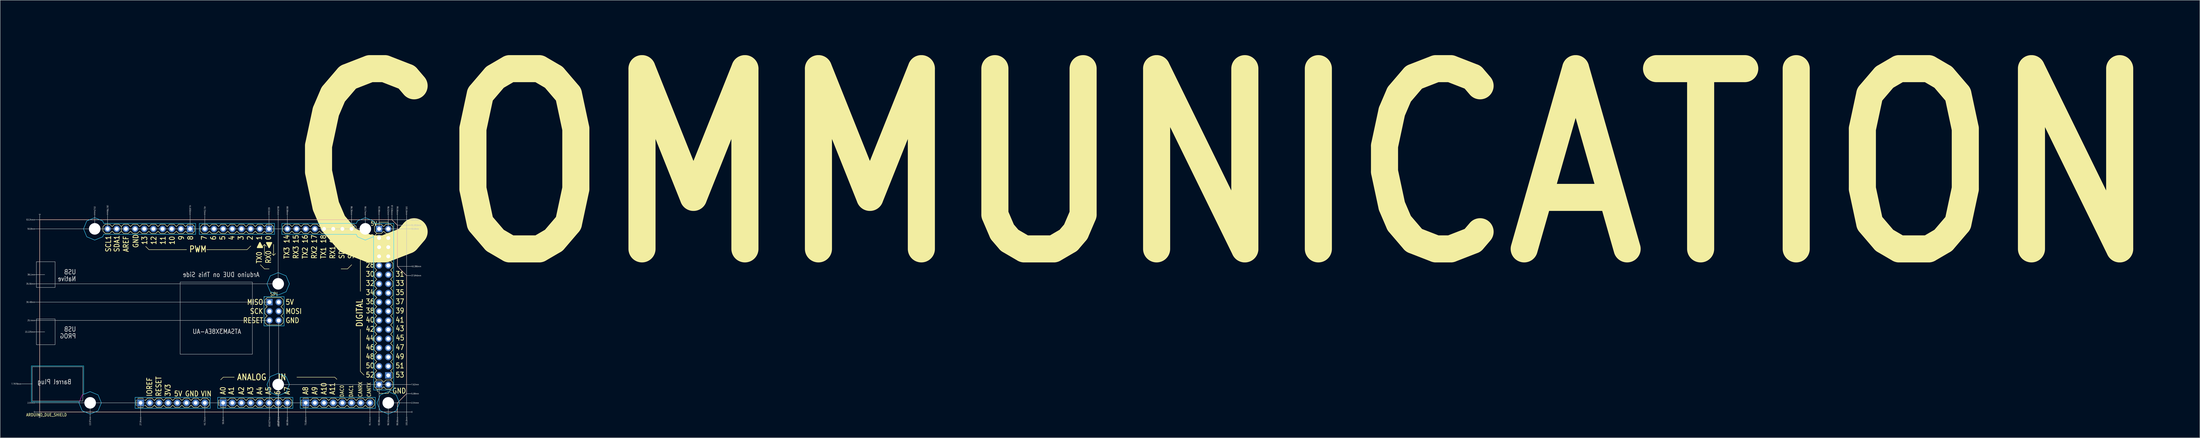
<source format=kicad_pcb>
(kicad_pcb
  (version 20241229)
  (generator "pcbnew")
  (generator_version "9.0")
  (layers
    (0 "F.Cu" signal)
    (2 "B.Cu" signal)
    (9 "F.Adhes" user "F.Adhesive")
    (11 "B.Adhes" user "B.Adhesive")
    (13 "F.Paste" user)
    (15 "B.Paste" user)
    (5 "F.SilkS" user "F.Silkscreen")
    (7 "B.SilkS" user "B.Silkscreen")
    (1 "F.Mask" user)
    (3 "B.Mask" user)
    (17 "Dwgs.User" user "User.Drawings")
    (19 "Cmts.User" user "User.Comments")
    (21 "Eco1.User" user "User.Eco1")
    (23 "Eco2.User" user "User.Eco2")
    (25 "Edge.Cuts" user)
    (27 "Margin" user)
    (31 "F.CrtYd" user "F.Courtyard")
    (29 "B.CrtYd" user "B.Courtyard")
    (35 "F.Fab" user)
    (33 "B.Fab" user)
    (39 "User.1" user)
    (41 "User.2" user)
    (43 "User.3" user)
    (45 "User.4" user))
  (footprint "ARDUINO_DUE_SHIELD"
    (layer "F.Cu")
    (at 7.94 111.235)
    (property "Reference" "ARDUINO_DUE_SHIELD" (at -3.81 1.27 0) (unlocked yes) (layer "F.SilkS") (effects (font (size 0.813 0.695) (thickness 0.122)) (justify left bottom)))
    (fp_circle (center 13.97 -2.54) (end 16.82 -2.54) (stroke (width 0) (type solid)) (fill yes) (layer "F.Mask"))
    (fp_circle (center 13.97 -2.54) (end 16.82 -2.54) (stroke (width 0) (type solid)) (fill yes) (layer "F.Mask"))
    (fp_circle (center 15.24 -50.8) (end 18.09 -50.8) (stroke (width 0) (type solid)) (fill yes) (layer "F.Mask"))
    (fp_circle (center 15.24 -50.8) (end 18.09 -50.8) (stroke (width 0) (type solid)) (fill yes) (layer "F.Mask"))
    (fp_circle (center 66.04 -35.56) (end 68.89 -35.56) (stroke (width 0) (type solid)) (fill yes) (layer "F.Mask"))
    (fp_circle (center 66.04 -35.56) (end 68.89 -35.56) (stroke (width 0) (type solid)) (fill yes) (layer "F.Mask"))
    (fp_circle (center 66.04 -7.62) (end 68.89 -7.62) (stroke (width 0) (type solid)) (fill yes) (layer "F.Mask"))
    (fp_circle (center 66.04 -7.62) (end 68.89 -7.62) (stroke (width 0) (type solid)) (fill yes) (layer "F.Mask"))
    (fp_circle (center 90.17 -50.8) (end 93.02 -50.8) (stroke (width 0) (type solid)) (fill yes) (layer "F.Mask"))
    (fp_circle (center 90.17 -50.8) (end 93.02 -50.8) (stroke (width 0) (type solid)) (fill yes) (layer "F.Mask"))
    (fp_circle (center 96.52 -2.54) (end 99.37 -2.54) (stroke (width 0) (type solid)) (fill yes) (layer "F.Mask"))
    (fp_circle (center 96.52 -2.54) (end 99.37 -2.54) (stroke (width 0) (type solid)) (fill yes) (layer "F.Mask"))
    (fp_circle (center 13.97 -2.54) (end 16.82 -2.54) (stroke (width 0) (type solid)) (fill yes) (layer "B.Mask"))
    (fp_circle (center 15.24 -50.8) (end 18.09 -50.8) (stroke (width 0) (type solid)) (fill yes) (layer "B.Mask"))
    (fp_circle (center 66.04 -35.56) (end 68.89 -35.56) (stroke (width 0) (type solid)) (fill yes) (layer "B.Mask"))
    (fp_circle (center 66.04 -7.62) (end 68.89 -7.62) (stroke (width 0) (type solid)) (fill yes) (layer "B.Mask"))
    (fp_circle (center 90.17 -50.8) (end 93.02 -50.8) (stroke (width 0) (type solid)) (fill yes) (layer "B.Mask"))
    (fp_circle (center 96.52 -2.54) (end 99.37 -2.54) (stroke (width 0) (type solid)) (fill yes) (layer "B.Mask"))
    (fp_line (start 0 -53.34) (end 97.536 -53.34) (stroke (width 0.127) (type solid)) (layer "F.SilkS"))
    (fp_line (start 0 0) (end 0 -53.34) (stroke (width 0.127) (type solid)) (layer "F.SilkS"))
    (fp_line (start 17.526 -51.435) (end 17.526 -50.165) (stroke (width 0.127) (type solid)) (layer "F.SilkS"))
    (fp_line (start 17.526 -50.165) (end 18.161 -49.53) (stroke (width 0.127) (type solid)) (layer "F.SilkS"))
    (fp_line (start 18.161 -52.07) (end 17.526 -51.435) (stroke (width 0.127) (type solid)) (layer "F.SilkS"))
    (fp_line (start 18.161 -49.53) (end 19.431 -49.53) (stroke (width 0.127) (type solid)) (layer "F.SilkS"))
    (fp_line (start 19.431 -52.07) (end 18.161 -52.07) (stroke (width 0.127) (type solid)) (layer "F.SilkS"))
    (fp_line (start 19.431 -49.53) (end 20.066 -50.165) (stroke (width 0.127) (type solid)) (layer "F.SilkS"))
    (fp_line (start 20.066 -51.435) (end 19.431 -52.07) (stroke (width 0.127) (type solid)) (layer "F.SilkS"))
    (fp_line (start 20.066 -50.165) (end 20.701 -49.53) (stroke (width 0.127) (type solid)) (layer "F.SilkS"))
    (fp_line (start 20.701 -52.07) (end 20.066 -51.435) (stroke (width 0.127) (type solid)) (layer "F.SilkS"))
    (fp_line (start 20.701 -49.53) (end 21.971 -49.53) (stroke (width 0.127) (type solid)) (layer "F.SilkS"))
    (fp_line (start 21.971 -52.07) (end 20.701 -52.07) (stroke (width 0.127) (type solid)) (layer "F.SilkS"))
    (fp_line (start 21.971 -49.53) (end 22.606 -50.165) (stroke (width 0.127) (type solid)) (layer "F.SilkS"))
    (fp_line (start 22.606 -51.435) (end 21.971 -52.07) (stroke (width 0.127) (type solid)) (layer "F.SilkS"))
    (fp_line (start 22.606 -51.435) (end 22.606 -50.165) (stroke (width 0.127) (type solid)) (layer "F.SilkS"))
    (fp_line (start 22.606 -50.165) (end 23.241 -49.53) (stroke (width 0.127) (type solid)) (layer "F.SilkS"))
    (fp_line (start 23.241 -52.07) (end 22.606 -51.435) (stroke (width 0.127) (type solid)) (layer "F.SilkS"))
    (fp_line (start 23.241 -49.53) (end 24.511 -49.53) (stroke (width 0.127) (type solid)) (layer "F.SilkS"))
    (fp_line (start 24.511 -52.07) (end 23.241 -52.07) (stroke (width 0.127) (type solid)) (layer "F.SilkS"))
    (fp_line (start 24.511 -49.53) (end 25.146 -50.165) (stroke (width 0.127) (type solid)) (layer "F.SilkS"))
    (fp_line (start 25.146 -51.435) (end 24.511 -52.07) (stroke (width 0.127) (type solid)) (layer "F.SilkS"))
    (fp_line (start 25.146 -50.165) (end 25.781 -49.53) (stroke (width 0.127) (type solid)) (layer "F.SilkS"))
    (fp_line (start 25.781 -52.07) (end 25.146 -51.435) (stroke (width 0.127) (type solid)) (layer "F.SilkS"))
    (fp_line (start 25.781 -49.53) (end 27.051 -49.53) (stroke (width 0.127) (type solid)) (layer "F.SilkS"))
    (fp_line (start 26.67 -3.175) (end 26.67 -1.905) (stroke (width 0.127) (type solid)) (layer "F.SilkS"))
    (fp_line (start 26.67 -1.905) (end 26.814 -1.761) (stroke (width 0.127) (type solid)) (layer "F.SilkS"))
    (fp_line (start 26.814 -3.319) (end 26.67 -3.175) (stroke (width 0.127) (type solid)) (layer "F.SilkS"))
    (fp_line (start 27.051 -52.07) (end 25.781 -52.07) (stroke (width 0.127) (type solid)) (layer "F.SilkS"))
    (fp_line (start 27.051 -49.53) (end 27.686 -50.165) (stroke (width 0.127) (type solid)) (layer "F.SilkS"))
    (fp_line (start 27.161 -1.414) (end 27.305 -1.27) (stroke (width 0.127) (type solid)) (layer "F.SilkS"))
    (fp_line (start 27.305 -3.81) (end 27.161 -3.666) (stroke (width 0.127) (type solid)) (layer "F.SilkS"))
    (fp_line (start 27.305 -3.81) (end 28.575 -3.81) (stroke (width 0.127) (type solid)) (layer "F.SilkS"))
    (fp_line (start 27.686 -51.435) (end 27.051 -52.07) (stroke (width 0.127) (type solid)) (layer "F.SilkS"))
    (fp_line (start 27.686 -50.165) (end 28.321 -49.53) (stroke (width 0.127) (type solid)) (layer "F.SilkS"))
    (fp_line (start 28.321 -52.07) (end 27.686 -51.435) (stroke (width 0.127) (type solid)) (layer "F.SilkS"))
    (fp_line (start 28.321 -49.53) (end 29.591 -49.53) (stroke (width 0.127) (type solid)) (layer "F.SilkS"))
    (fp_line (start 28.575 -3.81) (end 28.719 -3.666) (stroke (width 0.127) (type solid)) (layer "F.SilkS"))
    (fp_line (start 28.575 -1.27) (end 27.305 -1.27) (stroke (width 0.127) (type solid)) (layer "F.SilkS"))
    (fp_line (start 28.719 -1.414) (end 28.575 -1.27) (stroke (width 0.127) (type solid)) (layer "F.SilkS"))
    (fp_line (start 29.066 -3.319) (end 29.21 -3.175) (stroke (width 0.127) (type solid)) (layer "F.SilkS"))
    (fp_line (start 29.21 -3.175) (end 29.845 -3.81) (stroke (width 0.127) (type solid)) (layer "F.SilkS"))
    (fp_line (start 29.21 -1.905) (end 29.066 -1.761) (stroke (width 0.127) (type solid)) (layer "F.SilkS"))
    (fp_line (start 29.591 -52.07) (end 28.321 -52.07) (stroke (width 0.127) (type solid)) (layer "F.SilkS"))
    (fp_line (start 29.591 -49.53) (end 30.226 -50.165) (stroke (width 0.127) (type solid)) (layer "F.SilkS"))
    (fp_line (start 29.845 -3.81) (end 31.115 -3.81) (stroke (width 0.127) (type solid)) (layer "F.SilkS"))
    (fp_line (start 29.845 -1.27) (end 29.21 -1.905) (stroke (width 0.127) (type solid)) (layer "F.SilkS"))
    (fp_line (start 30.226 -51.435) (end 29.591 -52.07) (stroke (width 0.127) (type solid)) (layer "F.SilkS"))
    (fp_line (start 30.226 -50.165) (end 30.861 -49.53) (stroke (width 0.127) (type solid)) (layer "F.SilkS"))
    (fp_line (start 30.251 -45.034) (end 29.362 -45.923) (stroke (width 0.127) (type solid)) (layer "F.SilkS"))
    (fp_line (start 30.861 -52.07) (end 30.226 -51.435) (stroke (width 0.127) (type solid)) (layer "F.SilkS"))
    (fp_line (start 30.861 -49.53) (end 32.131 -49.53) (stroke (width 0.127) (type solid)) (layer "F.SilkS"))
    (fp_line (start 31.115 -3.81) (end 31.75 -3.175) (stroke (width 0.127) (type solid)) (layer "F.SilkS"))
    (fp_line (start 31.115 -1.27) (end 29.845 -1.27) (stroke (width 0.127) (type solid)) (layer "F.SilkS"))
    (fp_line (start 31.75 -3.175) (end 32.385 -3.81) (stroke (width 0.127) (type solid)) (layer "F.SilkS"))
    (fp_line (start 31.75 -1.905) (end 31.115 -1.27) (stroke (width 0.127) (type solid)) (layer "F.SilkS"))
    (fp_line (start 31.757 -1.918) (end 32.392 -1.283) (stroke (width 0.127) (type solid)) (layer "F.SilkS"))
    (fp_line (start 32.131 -52.07) (end 30.861 -52.07) (stroke (width 0.127) (type solid)) (layer "F.SilkS"))
    (fp_line (start 32.131 -49.53) (end 32.766 -50.165) (stroke (width 0.127) (type solid)) (layer "F.SilkS"))
    (fp_line (start 32.385 -1.27) (end 31.75 -1.905) (stroke (width 0.127) (type solid)) (layer "F.SilkS"))
    (fp_line (start 32.392 -3.823) (end 31.757 -3.188) (stroke (width 0.127) (type solid)) (layer "F.SilkS"))
    (fp_line (start 32.392 -3.823) (end 33.662 -3.823) (stroke (width 0.127) (type solid)) (layer "F.SilkS"))
    (fp_line (start 32.766 -51.435) (end 32.131 -52.07) (stroke (width 0.127) (type solid)) (layer "F.SilkS"))
    (fp_line (start 32.766 -50.165) (end 33.401 -49.53) (stroke (width 0.127) (type solid)) (layer "F.SilkS"))
    (fp_line (start 33.401 -52.07) (end 32.766 -51.435) (stroke (width 0.127) (type solid)) (layer "F.SilkS"))
    (fp_line (start 33.401 -49.53) (end 34.671 -49.53) (stroke (width 0.127) (type solid)) (layer "F.SilkS"))
    (fp_line (start 33.662 -3.823) (end 34.297 -3.188) (stroke (width 0.127) (type solid)) (layer "F.SilkS"))
    (fp_line (start 33.662 -1.283) (end 32.392 -1.283) (stroke (width 0.127) (type solid)) (layer "F.SilkS"))
    (fp_line (start 34.297 -3.188) (end 34.932 -3.823) (stroke (width 0.127) (type solid)) (layer "F.SilkS"))
    (fp_line (start 34.297 -1.918) (end 33.662 -1.283) (stroke (width 0.127) (type solid)) (layer "F.SilkS"))
    (fp_line (start 34.671 -52.07) (end 33.401 -52.07) (stroke (width 0.127) (type solid)) (layer "F.SilkS"))
    (fp_line (start 34.671 -49.53) (end 35.306 -50.165) (stroke (width 0.127) (type solid)) (layer "F.SilkS"))
    (fp_line (start 34.932 -3.823) (end 36.202 -3.823) (stroke (width 0.127) (type solid)) (layer "F.SilkS"))
    (fp_line (start 34.932 -1.283) (end 34.297 -1.918) (stroke (width 0.127) (type solid)) (layer "F.SilkS"))
    (fp_line (start 35.306 -51.435) (end 34.671 -52.07) (stroke (width 0.127) (type solid)) (layer "F.SilkS"))
    (fp_line (start 35.306 -50.165) (end 35.941 -49.53) (stroke (width 0.127) (type solid)) (layer "F.SilkS"))
    (fp_line (start 35.941 -52.07) (end 35.306 -51.435) (stroke (width 0.127) (type solid)) (layer "F.SilkS"))
    (fp_line (start 35.941 -49.53) (end 37.211 -49.53) (stroke (width 0.127) (type solid)) (layer "F.SilkS"))
    (fp_line (start 36.202 -3.823) (end 36.837 -3.188) (stroke (width 0.127) (type solid)) (layer "F.SilkS"))
    (fp_line (start 36.202 -1.283) (end 34.932 -1.283) (stroke (width 0.127) (type solid)) (layer "F.SilkS"))
    (fp_line (start 36.837 -3.188) (end 37.472 -3.823) (stroke (width 0.127) (type solid)) (layer "F.SilkS"))
    (fp_line (start 36.837 -1.918) (end 36.202 -1.283) (stroke (width 0.127) (type solid)) (layer "F.SilkS"))
    (fp_line (start 37.211 -52.07) (end 35.941 -52.07) (stroke (width 0.127) (type solid)) (layer "F.SilkS"))
    (fp_line (start 37.211 -49.53) (end 37.846 -50.165) (stroke (width 0.127) (type solid)) (layer "F.SilkS"))
    (fp_line (start 37.472 -3.823) (end 38.742 -3.823) (stroke (width 0.127) (type solid)) (layer "F.SilkS"))
    (fp_line (start 37.472 -1.283) (end 36.837 -1.918) (stroke (width 0.127) (type solid)) (layer "F.SilkS"))
    (fp_line (start 37.846 -51.435) (end 37.211 -52.07) (stroke (width 0.127) (type solid)) (layer "F.SilkS"))
    (fp_line (start 37.846 -50.165) (end 38.481 -49.53) (stroke (width 0.127) (type solid)) (layer "F.SilkS"))
    (fp_line (start 38.481 -52.07) (end 37.846 -51.435) (stroke (width 0.127) (type solid)) (layer "F.SilkS"))
    (fp_line (start 38.481 -49.53) (end 39.751 -49.53) (stroke (width 0.127) (type solid)) (layer "F.SilkS"))
    (fp_line (start 38.742 -3.823) (end 39.377 -3.188) (stroke (width 0.127) (type solid)) (layer "F.SilkS"))
    (fp_line (start 38.742 -1.283) (end 37.472 -1.283) (stroke (width 0.127) (type solid)) (layer "F.SilkS"))
    (fp_line (start 39.377 -1.918) (end 38.742 -1.283) (stroke (width 0.127) (type solid)) (layer "F.SilkS"))
    (fp_line (start 39.377 -1.918) (end 40.012 -1.283) (stroke (width 0.127) (type solid)) (layer "F.SilkS"))
    (fp_line (start 39.751 -52.07) (end 38.481 -52.07) (stroke (width 0.127) (type solid)) (layer "F.SilkS"))
    (fp_line (start 39.751 -49.53) (end 40.386 -50.165) (stroke (width 0.127) (type solid)) (layer "F.SilkS"))
    (fp_line (start 40.012 -3.823) (end 39.377 -3.188) (stroke (width 0.127) (type solid)) (layer "F.SilkS"))
    (fp_line (start 40.012 -3.823) (end 41.282 -3.823) (stroke (width 0.127) (type solid)) (layer "F.SilkS"))
    (fp_line (start 40.386 -51.435) (end 39.751 -52.07) (stroke (width 0.127) (type solid)) (layer "F.SilkS"))
    (fp_line (start 40.386 -50.165) (end 41.021 -49.53) (stroke (width 0.127) (type solid)) (layer "F.SilkS"))
    (fp_line (start 40.665 -45.034) (end 30.251 -45.034) (stroke (width 0.127) (type solid)) (layer "F.SilkS"))
    (fp_line (start 41.021 -52.07) (end 40.386 -51.435) (stroke (width 0.127) (type solid)) (layer "F.SilkS"))
    (fp_line (start 41.021 -49.53) (end 42.291 -49.53) (stroke (width 0.127) (type solid)) (layer "F.SilkS"))
    (fp_line (start 41.282 -3.823) (end 41.917 -3.188) (stroke (width 0.127) (type solid)) (layer "F.SilkS"))
    (fp_line (start 41.282 -1.283) (end 40.012 -1.283) (stroke (width 0.127) (type solid)) (layer "F.SilkS"))
    (fp_line (start 41.917 -3.188) (end 42.552 -3.823) (stroke (width 0.127) (type solid)) (layer "F.SilkS"))
    (fp_line (start 41.917 -1.918) (end 41.282 -1.283) (stroke (width 0.127) (type solid)) (layer "F.SilkS"))
    (fp_line (start 42.291 -52.07) (end 41.021 -52.07) (stroke (width 0.127) (type solid)) (layer "F.SilkS"))
    (fp_line (start 42.291 -49.53) (end 42.926 -50.165) (stroke (width 0.127) (type solid)) (layer "F.SilkS"))
    (fp_line (start 42.552 -3.823) (end 43.822 -3.823) (stroke (width 0.127) (type solid)) (layer "F.SilkS"))
    (fp_line (start 42.552 -1.283) (end 41.917 -1.918) (stroke (width 0.127) (type solid)) (layer "F.SilkS"))
    (fp_line (start 42.926 -51.435) (end 42.291 -52.07) (stroke (width 0.127) (type solid)) (layer "F.SilkS"))
    (fp_line (start 42.926 -50.165) (end 42.926 -51.435) (stroke (width 0.127) (type solid)) (layer "F.SilkS"))
    (fp_line (start 43.822 -3.823) (end 44.457 -3.188) (stroke (width 0.127) (type solid)) (layer "F.SilkS"))
    (fp_line (start 43.822 -1.283) (end 42.552 -1.283) (stroke (width 0.127) (type solid)) (layer "F.SilkS"))
    (fp_line (start 44.45 -51.435) (end 44.45 -50.165) (stroke (width 0.127) (type solid)) (layer "F.SilkS"))
    (fp_line (start 44.45 -50.165) (end 45.085 -49.53) (stroke (width 0.127) (type solid)) (layer "F.SilkS"))
    (fp_line (start 44.457 -3.188) (end 45.092 -3.823) (stroke (width 0.127) (type solid)) (layer "F.SilkS"))
    (fp_line (start 44.457 -1.918) (end 43.822 -1.283) (stroke (width 0.127) (type solid)) (layer "F.SilkS"))
    (fp_line (start 45.085 -52.07) (end 44.45 -51.435) (stroke (width 0.127) (type solid)) (layer "F.SilkS"))
    (fp_line (start 45.085 -49.53) (end 46.355 -49.53) (stroke (width 0.127) (type solid)) (layer "F.SilkS"))
    (fp_line (start 45.092 -3.823) (end 46.362 -3.823) (stroke (width 0.127) (type solid)) (layer "F.SilkS"))
    (fp_line (start 45.092 -1.283) (end 44.457 -1.918) (stroke (width 0.127) (type solid)) (layer "F.SilkS"))
    (fp_line (start 46.253 -45.034) (end 57.429 -45.034) (stroke (width 0.127) (type solid)) (layer "F.SilkS"))
    (fp_line (start 46.355 -52.07) (end 45.085 -52.07) (stroke (width 0.127) (type solid)) (layer "F.SilkS"))
    (fp_line (start 46.355 -49.53) (end 46.99 -50.165) (stroke (width 0.127) (type solid)) (layer "F.SilkS"))
    (fp_line (start 46.362 -3.823) (end 46.997 -3.188) (stroke (width 0.127) (type solid)) (layer "F.SilkS"))
    (fp_line (start 46.362 -1.283) (end 45.092 -1.283) (stroke (width 0.127) (type solid)) (layer "F.SilkS"))
    (fp_line (start 46.99 -51.435) (end 46.355 -52.07) (stroke (width 0.127) (type solid)) (layer "F.SilkS"))
    (fp_line (start 46.99 -50.165) (end 47.625 -49.53) (stroke (width 0.127) (type solid)) (layer "F.SilkS"))
    (fp_line (start 46.997 -3.188) (end 46.997 -1.918) (stroke (width 0.127) (type solid)) (layer "F.SilkS"))
    (fp_line (start 46.997 -1.918) (end 46.362 -1.283) (stroke (width 0.127) (type solid)) (layer "F.SilkS"))
    (fp_line (start 47.625 -52.07) (end 46.99 -51.435) (stroke (width 0.127) (type solid)) (layer "F.SilkS"))
    (fp_line (start 47.625 -49.53) (end 48.895 -49.53) (stroke (width 0.127) (type solid)) (layer "F.SilkS"))
    (fp_line (start 48.895 -52.07) (end 47.625 -52.07) (stroke (width 0.127) (type solid)) (layer "F.SilkS"))
    (fp_line (start 48.895 -49.53) (end 49.53 -50.165) (stroke (width 0.127) (type solid)) (layer "F.SilkS"))
    (fp_line (start 49.53 -51.435) (end 48.895 -52.07) (stroke (width 0.127) (type solid)) (layer "F.SilkS"))
    (fp_line (start 49.53 -50.165) (end 50.165 -49.53) (stroke (width 0.127) (type solid)) (layer "F.SilkS"))
    (fp_line (start 49.53 -3.188) (end 49.53 -1.918) (stroke (width 0.127) (type solid)) (layer "F.SilkS"))
    (fp_line (start 49.53 -1.918) (end 49.674 -1.774) (stroke (width 0.127) (type solid)) (layer "F.SilkS"))
    (fp_line (start 49.674 -3.332) (end 49.53 -3.188) (stroke (width 0.127) (type solid)) (layer "F.SilkS"))
    (fp_line (start 50.034 -1.414) (end 50.165 -1.283) (stroke (width 0.127) (type solid)) (layer "F.SilkS"))
    (fp_line (start 50.165 -52.07) (end 49.53 -51.435) (stroke (width 0.127) (type solid)) (layer "F.SilkS"))
    (fp_line (start 50.165 -49.53) (end 51.435 -49.53) (stroke (width 0.127) (type solid)) (layer "F.SilkS"))
    (fp_line (start 50.165 -3.823) (end 50.008 -3.666) (stroke (width 0.127) (type solid)) (layer "F.SilkS"))
    (fp_line (start 50.165 -3.823) (end 51.435 -3.823) (stroke (width 0.127) (type solid)) (layer "F.SilkS"))
    (fp_line (start 50.825 -9.652) (end 50.114 -8.941) (stroke (width 0.127) (type solid)) (layer "F.SilkS"))
    (fp_line (start 51.435 -52.07) (end 50.165 -52.07) (stroke (width 0.127) (type solid)) (layer "F.SilkS"))
    (fp_line (start 51.435 -49.53) (end 52.07 -50.165) (stroke (width 0.127) (type solid)) (layer "F.SilkS"))
    (fp_line (start 51.435 -3.823) (end 51.592 -3.666) (stroke (width 0.127) (type solid)) (layer "F.SilkS"))
    (fp_line (start 51.435 -1.283) (end 50.165 -1.283) (stroke (width 0.127) (type solid)) (layer "F.SilkS"))
    (fp_line (start 51.566 -1.414) (end 51.435 -1.283) (stroke (width 0.127) (type solid)) (layer "F.SilkS"))
    (fp_line (start 51.926 -3.332) (end 52.07 -3.188) (stroke (width 0.127) (type solid)) (layer "F.SilkS"))
    (fp_line (start 52.07 -51.435) (end 51.435 -52.07) (stroke (width 0.127) (type solid)) (layer "F.SilkS"))
    (fp_line (start 52.07 -50.165) (end 52.705 -49.53) (stroke (width 0.127) (type solid)) (layer "F.SilkS"))
    (fp_line (start 52.07 -3.188) (end 52.705 -3.823) (stroke (width 0.127) (type solid)) (layer "F.SilkS"))
    (fp_line (start 52.07 -1.918) (end 51.926 -1.774) (stroke (width 0.127) (type solid)) (layer "F.SilkS"))
    (fp_line (start 52.705 -52.07) (end 52.07 -51.435) (stroke (width 0.127) (type solid)) (layer "F.SilkS"))
    (fp_line (start 52.705 -49.53) (end 53.975 -49.53) (stroke (width 0.127) (type solid)) (layer "F.SilkS"))
    (fp_line (start 52.705 -3.823) (end 53.975 -3.823) (stroke (width 0.127) (type solid)) (layer "F.SilkS"))
    (fp_line (start 52.705 -1.283) (end 52.07 -1.918) (stroke (width 0.127) (type solid)) (layer "F.SilkS"))
    (fp_line (start 53.873 -9.652) (end 50.825 -9.652) (stroke (width 0.127) (type solid)) (layer "F.SilkS"))
    (fp_line (start 53.975 -52.07) (end 52.705 -52.07) (stroke (width 0.127) (type solid)) (layer "F.SilkS"))
    (fp_line (start 53.975 -49.53) (end 54.61 -50.165) (stroke (width 0.127) (type solid)) (layer "F.SilkS"))
    (fp_line (start 53.975 -3.823) (end 54.61 -3.188) (stroke (width 0.127) (type solid)) (layer "F.SilkS"))
    (fp_line (start 53.975 -1.283) (end 52.705 -1.283) (stroke (width 0.127) (type solid)) (layer "F.SilkS"))
    (fp_line (start 54.61 -51.435) (end 53.975 -52.07) (stroke (width 0.127) (type solid)) (layer "F.SilkS"))
    (fp_line (start 54.61 -50.165) (end 55.245 -49.53) (stroke (width 0.127) (type solid)) (layer "F.SilkS"))
    (fp_line (start 54.61 -3.188) (end 55.245 -3.823) (stroke (width 0.127) (type solid)) (layer "F.SilkS"))
    (fp_line (start 54.61 -1.918) (end 53.975 -1.283) (stroke (width 0.127) (type solid)) (layer "F.SilkS"))
    (fp_line (start 55.245 -52.07) (end 54.61 -51.435) (stroke (width 0.127) (type solid)) (layer "F.SilkS"))
    (fp_line (start 55.245 -49.53) (end 56.515 -49.53) (stroke (width 0.127) (type solid)) (layer "F.SilkS"))
    (fp_line (start 55.245 -3.823) (end 56.515 -3.823) (stroke (width 0.127) (type solid)) (layer "F.SilkS"))
    (fp_line (start 55.245 -1.283) (end 54.61 -1.918) (stroke (width 0.127) (type solid)) (layer "F.SilkS"))
    (fp_line (start 56.515 -52.07) (end 55.245 -52.07) (stroke (width 0.127) (type solid)) (layer "F.SilkS"))
    (fp_line (start 56.515 -49.53) (end 57.15 -50.165) (stroke (width 0.127) (type solid)) (layer "F.SilkS"))
    (fp_line (start 56.515 -3.823) (end 57.15 -3.188) (stroke (width 0.127) (type solid)) (layer "F.SilkS"))
    (fp_line (start 56.515 -1.283) (end 55.245 -1.283) (stroke (width 0.127) (type solid)) (layer "F.SilkS"))
    (fp_line (start 57.15 -51.435) (end 56.515 -52.07) (stroke (width 0.127) (type solid)) (layer "F.SilkS"))
    (fp_line (start 57.15 -50.165) (end 57.785 -49.53) (stroke (width 0.127) (type solid)) (layer "F.SilkS"))
    (fp_line (start 57.15 -1.918) (end 56.515 -1.283) (stroke (width 0.127) (type solid)) (layer "F.SilkS"))
    (fp_line (start 57.15 -1.918) (end 57.785 -1.283) (stroke (width 0.127) (type solid)) (layer "F.SilkS"))
    (fp_line (start 57.429 -45.034) (end 58.445 -46.05) (stroke (width 0.127) (type solid)) (layer "F.SilkS"))
    (fp_line (start 57.785 -52.07) (end 57.15 -51.435) (stroke (width 0.127) (type solid)) (layer "F.SilkS"))
    (fp_line (start 57.785 -49.53) (end 59.055 -49.53) (stroke (width 0.127) (type solid)) (layer "F.SilkS"))
    (fp_line (start 57.785 -3.823) (end 57.15 -3.188) (stroke (width 0.127) (type solid)) (layer "F.SilkS"))
    (fp_line (start 57.785 -3.823) (end 59.055 -3.823) (stroke (width 0.127) (type solid)) (layer "F.SilkS"))
    (fp_line (start 59.055 -52.07) (end 57.785 -52.07) (stroke (width 0.127) (type solid)) (layer "F.SilkS"))
    (fp_line (start 59.055 -49.53) (end 59.69 -50.165) (stroke (width 0.127) (type solid)) (layer "F.SilkS"))
    (fp_line (start 59.055 -3.823) (end 59.69 -3.188) (stroke (width 0.127) (type solid)) (layer "F.SilkS"))
    (fp_line (start 59.055 -1.283) (end 57.785 -1.283) (stroke (width 0.127) (type solid)) (layer "F.SilkS"))
    (fp_line (start 59.69 -51.435) (end 59.055 -52.07) (stroke (width 0.127) (type solid)) (layer "F.SilkS"))
    (fp_line (start 59.69 -50.165) (end 60.325 -49.53) (stroke (width 0.127) (type solid)) (layer "F.SilkS"))
    (fp_line (start 59.69 -3.188) (end 60.325 -3.823) (stroke (width 0.127) (type solid)) (layer "F.SilkS"))
    (fp_line (start 59.69 -1.918) (end 59.055 -1.283) (stroke (width 0.127) (type solid)) (layer "F.SilkS"))
    (fp_line (start 60.325 -52.07) (end 59.69 -51.435) (stroke (width 0.127) (type solid)) (layer "F.SilkS"))
    (fp_line (start 60.325 -49.53) (end 61.595 -49.53) (stroke (width 0.127) (type solid)) (layer "F.SilkS"))
    (fp_line (start 60.325 -3.823) (end 61.595 -3.823) (stroke (width 0.127) (type solid)) (layer "F.SilkS"))
    (fp_line (start 60.325 -1.283) (end 59.69 -1.918) (stroke (width 0.127) (type solid)) (layer "F.SilkS"))
    (fp_line (start 60.35 -45.669) (end 60.985 -46.939) (stroke (width 0.406) (type solid)) (layer "F.SilkS"))
    (fp_line (start 60.35 -45.669) (end 60.985 -46.304) (stroke (width 0.406) (type solid)) (layer "F.SilkS"))
    (fp_line (start 60.985 -46.939) (end 61.62 -45.669) (stroke (width 0.406) (type solid)) (layer "F.SilkS"))
    (fp_line (start 60.985 -46.304) (end 60.985 -45.669) (stroke (width 0.406) (type solid)) (layer "F.SilkS"))
    (fp_line (start 60.985 -45.669) (end 60.35 -45.669) (stroke (width 0.406) (type solid)) (layer "F.SilkS"))
    (fp_line (start 60.985 -45.669) (end 61.62 -45.669) (stroke (width 0.406) (type solid)) (layer "F.SilkS"))
    (fp_line (start 61.112 -40.843) (end 62.255 -39.7) (stroke (width 0.127) (type solid)) (layer "F.SilkS"))
    (fp_line (start 61.595 -52.07) (end 60.325 -52.07) (stroke (width 0.127) (type solid)) (layer "F.SilkS"))
    (fp_line (start 61.595 -49.53) (end 62.23 -50.165) (stroke (width 0.127) (type solid)) (layer "F.SilkS"))
    (fp_line (start 61.595 -3.823) (end 62.23 -3.188) (stroke (width 0.127) (type solid)) (layer "F.SilkS"))
    (fp_line (start 61.595 -1.283) (end 60.325 -1.283) (stroke (width 0.127) (type solid)) (layer "F.SilkS"))
    (fp_line (start 61.62 -45.669) (end 60.985 -46.304) (stroke (width 0.406) (type solid)) (layer "F.SilkS"))
    (fp_line (start 62.23 -51.435) (end 61.595 -52.07) (stroke (width 0.127) (type solid)) (layer "F.SilkS"))
    (fp_line (start 62.23 -50.165) (end 62.865 -49.53) (stroke (width 0.127) (type solid)) (layer "F.SilkS"))
    (fp_line (start 62.23 -46.482) (end 61.722 -45.974) (stroke (width 0.127) (type solid)) (layer "F.SilkS"))
    (fp_line (start 62.23 -46.482) (end 62.738 -45.974) (stroke (width 0.127) (type solid)) (layer "F.SilkS"))
    (fp_line (start 62.23 -43.434) (end 62.23 -46.482) (stroke (width 0.127) (type solid)) (layer "F.SilkS"))
    (fp_line (start 62.23 -3.188) (end 62.865 -3.823) (stroke (width 0.127) (type solid)) (layer "F.SilkS"))
    (fp_line (start 62.23 -1.918) (end 61.595 -1.283) (stroke (width 0.127) (type solid)) (layer "F.SilkS"))
    (fp_line (start 62.255 -39.7) (end 63.525 -39.7) (stroke (width 0.127) (type solid)) (layer "F.SilkS"))
    (fp_line (start 62.357 -31.115) (end 62.357 -29.845) (stroke (width 0.127) (type solid)) (layer "F.SilkS"))
    (fp_line (start 62.357 -29.845) (end 62.992 -29.21) (stroke (width 0.127) (type solid)) (layer "F.SilkS"))
    (fp_line (start 62.357 -28.575) (end 62.357 -27.305) (stroke (width 0.127) (type solid)) (layer "F.SilkS"))
    (fp_line (start 62.357 -27.305) (end 62.992 -26.67) (stroke (width 0.127) (type solid)) (layer "F.SilkS"))
    (fp_line (start 62.357 -26.035) (end 62.357 -24.765) (stroke (width 0.127) (type solid)) (layer "F.SilkS"))
    (fp_line (start 62.357 -24.765) (end 62.992 -24.13) (stroke (width 0.127) (type solid)) (layer "F.SilkS"))
    (fp_line (start 62.865 -52.07) (end 62.23 -51.435) (stroke (width 0.127) (type solid)) (layer "F.SilkS"))
    (fp_line (start 62.865 -49.53) (end 64.135 -49.53) (stroke (width 0.127) (type solid)) (layer "F.SilkS"))
    (fp_line (start 62.865 -3.823) (end 64.135 -3.823) (stroke (width 0.127) (type solid)) (layer "F.SilkS"))
    (fp_line (start 62.865 -1.283) (end 62.23 -1.918) (stroke (width 0.127) (type solid)) (layer "F.SilkS"))
    (fp_line (start 62.89 -46.939) (end 63.525 -46.939) (stroke (width 0.406) (type solid)) (layer "F.SilkS"))
    (fp_line (start 62.89 -46.939) (end 63.525 -46.304) (stroke (width 0.406) (type solid)) (layer "F.SilkS"))
    (fp_line (start 62.992 -31.75) (end 62.357 -31.115) (stroke (width 0.127) (type solid)) (layer "F.SilkS"))
    (fp_line (start 62.992 -29.21) (end 62.357 -28.575) (stroke (width 0.127) (type solid)) (layer "F.SilkS"))
    (fp_line (start 62.992 -26.67) (end 62.357 -26.035) (stroke (width 0.127) (type solid)) (layer "F.SilkS"))
    (fp_line (start 62.992 -24.13) (end 66.802 -24.13) (stroke (width 0.127) (type solid)) (layer "F.SilkS"))
    (fp_line (start 63.525 -46.939) (end 63.525 -46.304) (stroke (width 0.406) (type solid)) (layer "F.SilkS"))
    (fp_line (start 63.525 -46.304) (end 64.16 -46.939) (stroke (width 0.406) (type solid)) (layer "F.SilkS"))
    (fp_line (start 63.525 -45.669) (end 62.89 -46.939) (stroke (width 0.406) (type solid)) (layer "F.SilkS"))
    (fp_line (start 64.135 -52.07) (end 62.865 -52.07) (stroke (width 0.127) (type solid)) (layer "F.SilkS"))
    (fp_line (start 64.135 -49.53) (end 64.77 -50.165) (stroke (width 0.127) (type solid)) (layer "F.SilkS"))
    (fp_line (start 64.135 -3.823) (end 64.77 -3.188) (stroke (width 0.127) (type solid)) (layer "F.SilkS"))
    (fp_line (start 64.135 -1.283) (end 62.865 -1.283) (stroke (width 0.127) (type solid)) (layer "F.SilkS"))
    (fp_line (start 64.16 -46.939) (end 63.525 -46.939) (stroke (width 0.406) (type solid)) (layer "F.SilkS"))
    (fp_line (start 64.16 -46.939) (end 63.525 -45.669) (stroke (width 0.406) (type solid)) (layer "F.SilkS"))
    (fp_line (start 64.77 -51.435) (end 64.135 -52.07) (stroke (width 0.127) (type solid)) (layer "F.SilkS"))
    (fp_line (start 64.77 -50.165) (end 64.77 -51.435) (stroke (width 0.127) (type solid)) (layer "F.SilkS"))
    (fp_line (start 64.77 -46.482) (end 64.77 -43.434) (stroke (width 0.127) (type solid)) (layer "F.SilkS"))
    (fp_line (start 64.77 -43.434) (end 64.262 -43.942) (stroke (width 0.127) (type solid)) (layer "F.SilkS"))
    (fp_line (start 64.77 -43.434) (end 65.278 -43.942) (stroke (width 0.127) (type solid)) (layer "F.SilkS"))
    (fp_line (start 64.77 -1.918) (end 64.135 -1.283) (stroke (width 0.127) (type solid)) (layer "F.SilkS"))
    (fp_line (start 64.77 -1.918) (end 65.405 -1.283) (stroke (width 0.127) (type solid)) (layer "F.SilkS"))
    (fp_line (start 65.405 -3.823) (end 64.77 -3.188) (stroke (width 0.127) (type solid)) (layer "F.SilkS"))
    (fp_line (start 65.405 -3.823) (end 66.675 -3.823) (stroke (width 0.127) (type solid)) (layer "F.SilkS"))
    (fp_line (start 66.675 -3.823) (end 67.31 -3.188) (stroke (width 0.127) (type solid)) (layer "F.SilkS"))
    (fp_line (start 66.675 -1.283) (end 65.405 -1.283) (stroke (width 0.127) (type solid)) (layer "F.SilkS"))
    (fp_line (start 66.802 -31.75) (end 62.992 -31.75) (stroke (width 0.127) (type solid)) (layer "F.SilkS"))
    (fp_line (start 66.802 -29.21) (end 67.437 -29.845) (stroke (width 0.127) (type solid)) (layer "F.SilkS"))
    (fp_line (start 66.802 -26.67) (end 67.437 -27.305) (stroke (width 0.127) (type solid)) (layer "F.SilkS"))
    (fp_line (start 66.802 -24.13) (end 67.437 -24.765) (stroke (width 0.127) (type solid)) (layer "F.SilkS"))
    (fp_line (start 67.31 -51.435) (end 67.31 -50.165) (stroke (width 0.127) (type solid)) (layer "F.SilkS"))
    (fp_line (start 67.31 -50.165) (end 67.945 -49.53) (stroke (width 0.127) (type solid)) (layer "F.SilkS"))
    (fp_line (start 67.31 -1.918) (end 66.675 -1.283) (stroke (width 0.127) (type solid)) (layer "F.SilkS"))
    (fp_line (start 67.31 -1.918) (end 67.945 -1.283) (stroke (width 0.127) (type solid)) (layer "F.SilkS"))
    (fp_line (start 67.437 -31.115) (end 66.802 -31.75) (stroke (width 0.127) (type solid)) (layer "F.SilkS"))
    (fp_line (start 67.437 -29.845) (end 67.437 -31.115) (stroke (width 0.127) (type solid)) (layer "F.SilkS"))
    (fp_line (start 67.437 -28.575) (end 66.802 -29.21) (stroke (width 0.127) (type solid)) (layer "F.SilkS"))
    (fp_line (start 67.437 -27.305) (end 67.437 -28.575) (stroke (width 0.127) (type solid)) (layer "F.SilkS"))
    (fp_line (start 67.437 -26.035) (end 66.802 -26.67) (stroke (width 0.127) (type solid)) (layer "F.SilkS"))
    (fp_line (start 67.437 -24.765) (end 67.437 -26.035) (stroke (width 0.127) (type solid)) (layer "F.SilkS"))
    (fp_line (start 67.945 -52.07) (end 67.31 -51.435) (stroke (width 0.127) (type solid)) (layer "F.SilkS"))
    (fp_line (start 67.945 -49.53) (end 69.215 -49.53) (stroke (width 0.127) (type solid)) (layer "F.SilkS"))
    (fp_line (start 67.945 -3.823) (end 67.31 -3.188) (stroke (width 0.127) (type solid)) (layer "F.SilkS"))
    (fp_line (start 67.945 -3.823) (end 69.215 -3.823) (stroke (width 0.127) (type solid)) (layer "F.SilkS"))
    (fp_line (start 69.215 -52.07) (end 67.945 -52.07) (stroke (width 0.127) (type solid)) (layer "F.SilkS"))
    (fp_line (start 69.215 -49.53) (end 69.85 -50.165) (stroke (width 0.127) (type solid)) (layer "F.SilkS"))
    (fp_line (start 69.215 -3.823) (end 69.85 -3.188) (stroke (width 0.127) (type solid)) (layer "F.SilkS"))
    (fp_line (start 69.215 -1.283) (end 67.945 -1.283) (stroke (width 0.127) (type solid)) (layer "F.SilkS"))
    (fp_line (start 69.85 -51.435) (end 69.215 -52.07) (stroke (width 0.127) (type solid)) (layer "F.SilkS"))
    (fp_line (start 69.85 -50.165) (end 70.485 -49.53) (stroke (width 0.127) (type solid)) (layer "F.SilkS"))
    (fp_line (start 69.85 -3.188) (end 69.85 -1.918) (stroke (width 0.127) (type solid)) (layer "F.SilkS"))
    (fp_line (start 69.85 -1.918) (end 69.215 -1.283) (stroke (width 0.127) (type solid)) (layer "F.SilkS"))
    (fp_line (start 70.485 -52.07) (end 69.85 -51.435) (stroke (width 0.127) (type solid)) (layer "F.SilkS"))
    (fp_line (start 70.485 -49.53) (end 71.755 -49.53) (stroke (width 0.127) (type solid)) (layer "F.SilkS"))
    (fp_line (start 71.222 -9.652) (end 81.712 -9.652) (stroke (width 0.127) (type solid)) (layer "F.SilkS"))
    (fp_line (start 71.755 -52.07) (end 70.485 -52.07) (stroke (width 0.127) (type solid)) (layer "F.SilkS"))
    (fp_line (start 71.755 -49.53) (end 72.39 -50.165) (stroke (width 0.127) (type solid)) (layer "F.SilkS"))
    (fp_line (start 72.39 -51.435) (end 71.755 -52.07) (stroke (width 0.127) (type solid)) (layer "F.SilkS"))
    (fp_line (start 72.39 -50.165) (end 73.025 -49.53) (stroke (width 0.127) (type solid)) (layer "F.SilkS"))
    (fp_line (start 72.39 -3.188) (end 72.39 -1.918) (stroke (width 0.127) (type solid)) (layer "F.SilkS"))
    (fp_line (start 72.39 -1.918) (end 72.534 -1.774) (stroke (width 0.127) (type solid)) (layer "F.SilkS"))
    (fp_line (start 72.534 -3.332) (end 72.39 -3.188) (stroke (width 0.127) (type solid)) (layer "F.SilkS"))
    (fp_line (start 72.894 -1.414) (end 73.025 -1.283) (stroke (width 0.127) (type solid)) (layer "F.SilkS"))
    (fp_line (start 73.025 -52.07) (end 72.39 -51.435) (stroke (width 0.127) (type solid)) (layer "F.SilkS"))
    (fp_line (start 73.025 -49.53) (end 74.295 -49.53) (stroke (width 0.127) (type solid)) (layer "F.SilkS"))
    (fp_line (start 73.025 -3.823) (end 72.868 -3.666) (stroke (width 0.127) (type solid)) (layer "F.SilkS"))
    (fp_line (start 73.025 -3.823) (end 74.295 -3.823) (stroke (width 0.127) (type solid)) (layer "F.SilkS"))
    (fp_line (start 74.295 -52.07) (end 73.025 -52.07) (stroke (width 0.127) (type solid)) (layer "F.SilkS"))
    (fp_line (start 74.295 -49.53) (end 74.93 -50.165) (stroke (width 0.127) (type solid)) (layer "F.SilkS"))
    (fp_line (start 74.295 -3.823) (end 74.452 -3.666) (stroke (width 0.127) (type solid)) (layer "F.SilkS"))
    (fp_line (start 74.295 -1.283) (end 73.025 -1.283) (stroke (width 0.127) (type solid)) (layer "F.SilkS"))
    (fp_line (start 74.426 -1.414) (end 74.295 -1.283) (stroke (width 0.127) (type solid)) (layer "F.SilkS"))
    (fp_line (start 74.786 -3.332) (end 74.93 -3.188) (stroke (width 0.127) (type solid)) (layer "F.SilkS"))
    (fp_line (start 74.93 -51.435) (end 74.295 -52.07) (stroke (width 0.127) (type solid)) (layer "F.SilkS"))
    (fp_line (start 74.93 -50.165) (end 75.565 -49.53) (stroke (width 0.127) (type solid)) (layer "F.SilkS"))
    (fp_line (start 74.93 -3.188) (end 75.565 -3.823) (stroke (width 0.127) (type solid)) (layer "F.SilkS"))
    (fp_line (start 74.93 -1.918) (end 74.786 -1.774) (stroke (width 0.127) (type solid)) (layer "F.SilkS"))
    (fp_line (start 75.565 -52.07) (end 74.93 -51.435) (stroke (width 0.127) (type solid)) (layer "F.SilkS"))
    (fp_line (start 75.565 -49.53) (end 76.835 -49.53) (stroke (width 0.127) (type solid)) (layer "F.SilkS"))
    (fp_line (start 75.565 -3.823) (end 76.835 -3.823) (stroke (width 0.127) (type solid)) (layer "F.SilkS"))
    (fp_line (start 75.565 -1.283) (end 74.93 -1.918) (stroke (width 0.127) (type solid)) (layer "F.SilkS"))
    (fp_line (start 76.835 -52.07) (end 75.565 -52.07) (stroke (width 0.127) (type solid)) (layer "F.SilkS"))
    (fp_line (start 76.835 -49.53) (end 77.47 -50.165) (stroke (width 0.127) (type solid)) (layer "F.SilkS"))
    (fp_line (start 76.835 -3.823) (end 77.47 -3.188) (stroke (width 0.127) (type solid)) (layer "F.SilkS"))
    (fp_line (start 76.835 -1.283) (end 75.565 -1.283) (stroke (width 0.127) (type solid)) (layer "F.SilkS"))
    (fp_line (start 77.47 -51.435) (end 76.835 -52.07) (stroke (width 0.127) (type solid)) (layer "F.SilkS"))
    (fp_line (start 77.47 -50.165) (end 78.105 -49.53) (stroke (width 0.127) (type solid)) (layer "F.SilkS"))
    (fp_line (start 77.47 -3.188) (end 78.105 -3.823) (stroke (width 0.127) (type solid)) (layer "F.SilkS"))
    (fp_line (start 77.47 -1.918) (end 76.835 -1.283) (stroke (width 0.127) (type solid)) (layer "F.SilkS"))
    (fp_line (start 78.105 -52.07) (end 77.47 -51.435) (stroke (width 0.127) (type solid)) (layer "F.SilkS"))
    (fp_line (start 78.105 -49.53) (end 79.375 -49.53) (stroke (width 0.127) (type solid)) (layer "F.SilkS"))
    (fp_line (start 78.105 -3.823) (end 79.375 -3.823) (stroke (width 0.127) (type solid)) (layer "F.SilkS"))
    (fp_line (start 78.105 -1.283) (end 77.47 -1.918) (stroke (width 0.127) (type solid)) (layer "F.SilkS"))
    (fp_line (start 79.375 -52.07) (end 78.105 -52.07) (stroke (width 0.127) (type solid)) (layer "F.SilkS"))
    (fp_line (start 79.375 -49.53) (end 80.01 -50.165) (stroke (width 0.127) (type solid)) (layer "F.SilkS"))
    (fp_line (start 79.375 -3.823) (end 80.01 -3.188) (stroke (width 0.127) (type solid)) (layer "F.SilkS"))
    (fp_line (start 79.375 -1.283) (end 78.105 -1.283) (stroke (width 0.127) (type solid)) (layer "F.SilkS"))
    (fp_line (start 80.01 -51.435) (end 79.375 -52.07) (stroke (width 0.127) (type solid)) (layer "F.SilkS"))
    (fp_line (start 80.01 -50.165) (end 80.645 -49.53) (stroke (width 0.127) (type solid)) (layer "F.SilkS"))
    (fp_line (start 80.01 -1.918) (end 79.375 -1.283) (stroke (width 0.127) (type solid)) (layer "F.SilkS"))
    (fp_line (start 80.01 -1.918) (end 80.645 -1.283) (stroke (width 0.127) (type solid)) (layer "F.SilkS"))
    (fp_line (start 80.645 -52.07) (end 80.01 -51.435) (stroke (width 0.127) (type solid)) (layer "F.SilkS"))
    (fp_line (start 80.645 -49.53) (end 81.915 -49.53) (stroke (width 0.127) (type solid)) (layer "F.SilkS"))
    (fp_line (start 80.645 -3.823) (end 80.01 -3.188) (stroke (width 0.127) (type solid)) (layer "F.SilkS"))
    (fp_line (start 80.645 -3.823) (end 81.915 -3.823) (stroke (width 0.127) (type solid)) (layer "F.SilkS"))
    (fp_line (start 81.712 -9.652) (end 82.296 -9.068) (stroke (width 0.127) (type solid)) (layer "F.SilkS"))
    (fp_line (start 81.915 -52.07) (end 80.645 -52.07) (stroke (width 0.127) (type solid)) (layer "F.SilkS"))
    (fp_line (start 81.915 -49.53) (end 82.55 -50.165) (stroke (width 0.127) (type solid)) (layer "F.SilkS"))
    (fp_line (start 81.915 -3.823) (end 82.55 -3.188) (stroke (width 0.127) (type solid)) (layer "F.SilkS"))
    (fp_line (start 81.915 -1.283) (end 80.645 -1.283) (stroke (width 0.127) (type solid)) (layer "F.SilkS"))
    (fp_line (start 82.55 -51.435) (end 81.915 -52.07) (stroke (width 0.127) (type solid)) (layer "F.SilkS"))
    (fp_line (start 82.55 -50.165) (end 83.185 -49.53) (stroke (width 0.127) (type solid)) (layer "F.SilkS"))
    (fp_line (start 82.55 -3.188) (end 83.185 -3.823) (stroke (width 0.127) (type solid)) (layer "F.SilkS"))
    (fp_line (start 82.55 -1.918) (end 81.915 -1.283) (stroke (width 0.127) (type solid)) (layer "F.SilkS"))
    (fp_line (start 83.185 -52.07) (end 82.55 -51.435) (stroke (width 0.127) (type solid)) (layer "F.SilkS"))
    (fp_line (start 83.185 -49.53) (end 84.455 -49.53) (stroke (width 0.127) (type solid)) (layer "F.SilkS"))
    (fp_line (start 83.185 -3.823) (end 84.455 -3.823) (stroke (width 0.127) (type solid)) (layer "F.SilkS"))
    (fp_line (start 83.185 -1.283) (end 82.55 -1.918) (stroke (width 0.127) (type solid)) (layer "F.SilkS"))
    (fp_line (start 83.464 -39.7) (end 85.242 -39.7) (stroke (width 0.127) (type solid)) (layer "F.SilkS"))
    (fp_line (start 84.455 -52.07) (end 83.185 -52.07) (stroke (width 0.127) (type solid)) (layer "F.SilkS"))
    (fp_line (start 84.455 -49.53) (end 85.09 -50.165) (stroke (width 0.127) (type solid)) (layer "F.SilkS"))
    (fp_line (start 84.455 -3.823) (end 85.09 -3.188) (stroke (width 0.127) (type solid)) (layer "F.SilkS"))
    (fp_line (start 84.455 -1.283) (end 83.185 -1.283) (stroke (width 0.127) (type solid)) (layer "F.SilkS"))
    (fp_line (start 85.09 -51.435) (end 84.455 -52.07) (stroke (width 0.127) (type solid)) (layer "F.SilkS"))
    (fp_line (start 85.09 -50.165) (end 85.725 -49.53) (stroke (width 0.127) (type solid)) (layer "F.SilkS"))
    (fp_line (start 85.09 -3.188) (end 85.725 -3.823) (stroke (width 0.127) (type solid)) (layer "F.SilkS"))
    (fp_line (start 85.09 -1.918) (end 84.455 -1.283) (stroke (width 0.127) (type solid)) (layer "F.SilkS"))
    (fp_line (start 85.242 -39.7) (end 86.385 -40.843) (stroke (width 0.127) (type solid)) (layer "F.SilkS"))
    (fp_line (start 85.725 -52.07) (end 85.09 -51.435) (stroke (width 0.127) (type solid)) (layer "F.SilkS"))
    (fp_line (start 85.725 -49.53) (end 86.995 -49.53) (stroke (width 0.127) (type solid)) (layer "F.SilkS"))
    (fp_line (start 85.725 -3.823) (end 86.995 -3.823) (stroke (width 0.127) (type solid)) (layer "F.SilkS"))
    (fp_line (start 85.725 -1.283) (end 85.09 -1.918) (stroke (width 0.127) (type solid)) (layer "F.SilkS"))
    (fp_line (start 86.995 -52.07) (end 85.725 -52.07) (stroke (width 0.127) (type solid)) (layer "F.SilkS"))
    (fp_line (start 86.995 -49.53) (end 87.63 -50.165) (stroke (width 0.127) (type solid)) (layer "F.SilkS"))
    (fp_line (start 86.995 -3.823) (end 87.63 -3.188) (stroke (width 0.127) (type solid)) (layer "F.SilkS"))
    (fp_line (start 86.995 -1.283) (end 85.725 -1.283) (stroke (width 0.127) (type solid)) (layer "F.SilkS"))
    (fp_line (start 87.63 -51.435) (end 86.995 -52.07) (stroke (width 0.127) (type solid)) (layer "F.SilkS"))
    (fp_line (start 87.63 -50.165) (end 87.63 -51.435) (stroke (width 0.127) (type solid)) (layer "F.SilkS"))
    (fp_line (start 87.63 -1.918) (end 86.995 -1.283) (stroke (width 0.127) (type solid)) (layer "F.SilkS"))
    (fp_line (start 87.63 -1.918) (end 88.265 -1.283) (stroke (width 0.127) (type solid)) (layer "F.SilkS"))
    (fp_line (start 88.265 -3.823) (end 87.63 -3.188) (stroke (width 0.127) (type solid)) (layer "F.SilkS"))
    (fp_line (start 88.265 -3.823) (end 89.535 -3.823) (stroke (width 0.127) (type solid)) (layer "F.SilkS"))
    (fp_line (start 88.798 -47.193) (end 89.814 -48.209) (stroke (width 0.127) (type solid)) (layer "F.SilkS"))
    (fp_line (start 88.798 -33.477) (end 88.798 -47.193) (stroke (width 0.127) (type solid)) (layer "F.SilkS"))
    (fp_line (start 88.798 -22.936) (end 88.798 -11.252) (stroke (width 0.127) (type solid)) (layer "F.SilkS"))
    (fp_line (start 88.798 -11.252) (end 89.814 -10.236) (stroke (width 0.127) (type solid)) (layer "F.SilkS"))
    (fp_line (start 89.535 -3.823) (end 90.17 -3.188) (stroke (width 0.127) (type solid)) (layer "F.SilkS"))
    (fp_line (start 89.535 -1.283) (end 88.265 -1.283) (stroke (width 0.127) (type solid)) (layer "F.SilkS"))
    (fp_line (start 90.17 -1.918) (end 89.535 -1.283) (stroke (width 0.127) (type solid)) (layer "F.SilkS"))
    (fp_line (start 90.17 -1.918) (end 90.805 -1.283) (stroke (width 0.127) (type solid)) (layer "F.SilkS"))
    (fp_line (start 90.805 -3.823) (end 90.17 -3.188) (stroke (width 0.127) (type solid)) (layer "F.SilkS"))
    (fp_line (start 90.805 -3.823) (end 92.075 -3.823) (stroke (width 0.127) (type solid)) (layer "F.SilkS"))
    (fp_line (start 92.075 -3.823) (end 92.71 -3.188) (stroke (width 0.127) (type solid)) (layer "F.SilkS"))
    (fp_line (start 92.075 -1.283) (end 90.805 -1.283) (stroke (width 0.127) (type solid)) (layer "F.SilkS"))
    (fp_line (start 92.71 -51.435) (end 92.71 -50.165) (stroke (width 0.127) (type solid)) (layer "F.SilkS"))
    (fp_line (start 92.71 -50.165) (end 93.345 -49.53) (stroke (width 0.127) (type solid)) (layer "F.SilkS"))
    (fp_line (start 92.71 -48.895) (end 92.71 -47.625) (stroke (width 0.127) (type solid)) (layer "F.SilkS"))
    (fp_line (start 92.71 -47.625) (end 93.345 -46.99) (stroke (width 0.127) (type solid)) (layer "F.SilkS"))
    (fp_line (start 92.71 -46.355) (end 92.71 -45.085) (stroke (width 0.127) (type solid)) (layer "F.SilkS"))
    (fp_line (start 92.71 -45.085) (end 93.345 -44.45) (stroke (width 0.127) (type solid)) (layer "F.SilkS"))
    (fp_line (start 92.71 -43.815) (end 92.71 -42.545) (stroke (width 0.127) (type solid)) (layer "F.SilkS"))
    (fp_line (start 92.71 -42.545) (end 93.345 -41.91) (stroke (width 0.127) (type solid)) (layer "F.SilkS"))
    (fp_line (start 92.71 -41.275) (end 92.71 -40.005) (stroke (width 0.127) (type solid)) (layer "F.SilkS"))
    (fp_line (start 92.71 -40.005) (end 93.345 -39.37) (stroke (width 0.127) (type solid)) (layer "F.SilkS"))
    (fp_line (start 92.71 -38.735) (end 92.71 -37.465) (stroke (width 0.127) (type solid)) (layer "F.SilkS"))
    (fp_line (start 92.71 -37.465) (end 93.345 -36.83) (stroke (width 0.127) (type solid)) (layer "F.SilkS"))
    (fp_line (start 92.71 -36.195) (end 92.71 -34.925) (stroke (width 0.127) (type solid)) (layer "F.SilkS"))
    (fp_line (start 92.71 -34.925) (end 93.345 -34.29) (stroke (width 0.127) (type solid)) (layer "F.SilkS"))
    (fp_line (start 92.71 -33.655) (end 92.71 -32.385) (stroke (width 0.127) (type solid)) (layer "F.SilkS"))
    (fp_line (start 92.71 -32.385) (end 93.345 -31.75) (stroke (width 0.127) (type solid)) (layer "F.SilkS"))
    (fp_line (start 92.71 -31.115) (end 92.71 -29.845) (stroke (width 0.127) (type solid)) (layer "F.SilkS"))
    (fp_line (start 92.71 -29.845) (end 93.345 -29.21) (stroke (width 0.127) (type solid)) (layer "F.SilkS"))
    (fp_line (start 92.71 -28.575) (end 92.71 -27.305) (stroke (width 0.127) (type solid)) (layer "F.SilkS"))
    (fp_line (start 92.71 -27.305) (end 93.345 -26.67) (stroke (width 0.127) (type solid)) (layer "F.SilkS"))
    (fp_line (start 92.71 -26.035) (end 92.71 -24.765) (stroke (width 0.127) (type solid)) (layer "F.SilkS"))
    (fp_line (start 92.71 -24.765) (end 93.345 -24.13) (stroke (width 0.127) (type solid)) (layer "F.SilkS"))
    (fp_line (start 92.71 -23.495) (end 92.71 -22.225) (stroke (width 0.127) (type solid)) (layer "F.SilkS"))
    (fp_line (start 92.71 -22.225) (end 93.345 -21.59) (stroke (width 0.127) (type solid)) (layer "F.SilkS"))
    (fp_line (start 92.71 -20.955) (end 92.71 -19.685) (stroke (width 0.127) (type solid)) (layer "F.SilkS"))
    (fp_line (start 92.71 -19.685) (end 93.345 -19.05) (stroke (width 0.127) (type solid)) (layer "F.SilkS"))
    (fp_line (start 92.71 -18.415) (end 92.71 -17.145) (stroke (width 0.127) (type solid)) (layer "F.SilkS"))
    (fp_line (start 92.71 -17.145) (end 93.345 -16.51) (stroke (width 0.127) (type solid)) (layer "F.SilkS"))
    (fp_line (start 92.71 -15.875) (end 92.71 -14.605) (stroke (width 0.127) (type solid)) (layer "F.SilkS"))
    (fp_line (start 92.71 -14.605) (end 93.345 -13.97) (stroke (width 0.127) (type solid)) (layer "F.SilkS"))
    (fp_line (start 92.71 -13.335) (end 92.71 -12.065) (stroke (width 0.127) (type solid)) (layer "F.SilkS"))
    (fp_line (start 92.71 -12.065) (end 93.345 -11.43) (stroke (width 0.127) (type solid)) (layer "F.SilkS"))
    (fp_line (start 92.71 -10.795) (end 92.71 -9.525) (stroke (width 0.127) (type solid)) (layer "F.SilkS"))
    (fp_line (start 92.71 -9.525) (end 93.345 -8.89) (stroke (width 0.127) (type solid)) (layer "F.SilkS"))
    (fp_line (start 92.71 -8.255) (end 92.71 -6.985) (stroke (width 0.127) (type solid)) (layer "F.SilkS"))
    (fp_line (start 92.71 -6.985) (end 93.345 -6.35) (stroke (width 0.127) (type solid)) (layer "F.SilkS"))
    (fp_line (start 92.71 -3.188) (end 92.71 -1.918) (stroke (width 0.127) (type solid)) (layer "F.SilkS"))
    (fp_line (start 92.71 -1.918) (end 92.075 -1.283) (stroke (width 0.127) (type solid)) (layer "F.SilkS"))
    (fp_line (start 93.345 -52.07) (end 92.71 -51.435) (stroke (width 0.127) (type solid)) (layer "F.SilkS"))
    (fp_line (start 93.345 -49.53) (end 92.71 -48.895) (stroke (width 0.127) (type solid)) (layer "F.SilkS"))
    (fp_line (start 93.345 -49.53) (end 94.615 -49.53) (stroke (width 0.127) (type solid)) (layer "F.SilkS"))
    (fp_line (start 93.345 -46.99) (end 92.71 -46.355) (stroke (width 0.127) (type solid)) (layer "F.SilkS"))
    (fp_line (start 93.345 -44.45) (end 92.71 -43.815) (stroke (width 0.127) (type solid)) (layer "F.SilkS"))
    (fp_line (start 93.345 -41.91) (end 92.71 -41.275) (stroke (width 0.127) (type solid)) (layer "F.SilkS"))
    (fp_line (start 93.345 -39.37) (end 92.71 -38.735) (stroke (width 0.127) (type solid)) (layer "F.SilkS"))
    (fp_line (start 93.345 -36.83) (end 92.71 -36.195) (stroke (width 0.127) (type solid)) (layer "F.SilkS"))
    (fp_line (start 93.345 -34.29) (end 92.71 -33.655) (stroke (width 0.127) (type solid)) (layer "F.SilkS"))
    (fp_line (start 93.345 -31.75) (end 92.71 -31.115) (stroke (width 0.127) (type solid)) (layer "F.SilkS"))
    (fp_line (start 93.345 -29.21) (end 92.71 -28.575) (stroke (width 0.127) (type solid)) (layer "F.SilkS"))
    (fp_line (start 93.345 -26.67) (end 92.71 -26.035) (stroke (width 0.127) (type solid)) (layer "F.SilkS"))
    (fp_line (start 93.345 -24.13) (end 92.71 -23.495) (stroke (width 0.127) (type solid)) (layer "F.SilkS"))
    (fp_line (start 93.345 -21.59) (end 92.71 -20.955) (stroke (width 0.127) (type solid)) (layer "F.SilkS"))
    (fp_line (start 93.345 -19.05) (end 92.71 -18.415) (stroke (width 0.127) (type solid)) (layer "F.SilkS"))
    (fp_line (start 93.345 -16.51) (end 92.71 -15.875) (stroke (width 0.127) (type solid)) (layer "F.SilkS"))
    (fp_line (start 93.345 -13.97) (end 92.71 -13.335) (stroke (width 0.127) (type solid)) (layer "F.SilkS"))
    (fp_line (start 93.345 -11.43) (end 92.71 -10.795) (stroke (width 0.127) (type solid)) (layer "F.SilkS"))
    (fp_line (start 93.345 -8.89) (end 92.71 -8.255) (stroke (width 0.127) (type solid)) (layer "F.SilkS"))
    (fp_line (start 93.345 -6.35) (end 94.615 -6.35) (stroke (width 0.127) (type solid)) (layer "F.SilkS"))
    (fp_line (start 93.472 -6.35) (end 93.472 -5.842) (stroke (width 0.127) (type solid)) (layer "F.SilkS"))
    (fp_line (start 93.472 -5.842) (end 93.726 -5.588) (stroke (width 0.127) (type solid)) (layer "F.SilkS"))
    (fp_line (start 94.005 -52.654) (end 96.545 -52.654) (stroke (width 0.127) (type solid)) (layer "F.SilkS"))
    (fp_line (start 94.005 -52.019) (end 94.005 -52.654) (stroke (width 0.127) (type solid)) (layer "F.SilkS"))
    (fp_line (start 94.005 -5.664) (end 94.005 -5.156) (stroke (width 0.127) (type solid)) (layer "F.SilkS"))
    (fp_line (start 94.005 -5.156) (end 96.545 -5.156) (stroke (width 0.127) (type solid)) (layer "F.SilkS"))
    (fp_line (start 94.615 -52.07) (end 93.345 -52.07) (stroke (width 0.127) (type solid)) (layer "F.SilkS"))
    (fp_line (start 94.615 -49.53) (end 95.25 -50.165) (stroke (width 0.127) (type solid)) (layer "F.SilkS"))
    (fp_line (start 94.615 -8.89) (end 93.345 -8.89) (stroke (width 0.127) (type solid)) (layer "F.SilkS"))
    (fp_line (start 94.615 -6.35) (end 95.25 -6.985) (stroke (width 0.127) (type solid)) (layer "F.SilkS"))
    (fp_line (start 95.25 -51.435) (end 94.615 -52.07) (stroke (width 0.127) (type solid)) (layer "F.SilkS"))
    (fp_line (start 95.25 -50.165) (end 95.885 -49.53) (stroke (width 0.127) (type solid)) (layer "F.SilkS"))
    (fp_line (start 95.25 -8.255) (end 94.615 -8.89) (stroke (width 0.127) (type solid)) (layer "F.SilkS"))
    (fp_line (start 95.25 -6.985) (end 95.885 -6.35) (stroke (width 0.127) (type solid)) (layer "F.SilkS"))
    (fp_line (start 95.885 -52.07) (end 95.25 -51.435) (stroke (width 0.127) (type solid)) (layer "F.SilkS"))
    (fp_line (start 95.885 -49.53) (end 97.155 -49.53) (stroke (width 0.127) (type solid)) (layer "F.SilkS"))
    (fp_line (start 95.885 -8.89) (end 95.25 -8.255) (stroke (width 0.127) (type solid)) (layer "F.SilkS"))
    (fp_line (start 95.885 -6.35) (end 97.155 -6.35) (stroke (width 0.127) (type solid)) (layer "F.SilkS"))
    (fp_line (start 96.545 -52.654) (end 96.545 -52.019) (stroke (width 0.127) (type solid)) (layer "F.SilkS"))
    (fp_line (start 96.545 -5.156) (end 96.545 -5.664) (stroke (width 0.127) (type solid)) (layer "F.SilkS"))
    (fp_line (start 97.028 -6.35) (end 97.028 -5.842) (stroke (width 0.127) (type solid)) (layer "F.SilkS"))
    (fp_line (start 97.028 -5.842) (end 96.774 -5.588) (stroke (width 0.127) (type solid)) (layer "F.SilkS"))
    (fp_line (start 97.155 -52.07) (end 95.885 -52.07) (stroke (width 0.127) (type solid)) (layer "F.SilkS"))
    (fp_line (start 97.155 -49.53) (end 97.79 -50.165) (stroke (width 0.127) (type solid)) (layer "F.SilkS"))
    (fp_line (start 97.155 -46.99) (end 97.79 -47.625) (stroke (width 0.127) (type solid)) (layer "F.SilkS"))
    (fp_line (start 97.155 -44.45) (end 97.79 -45.085) (stroke (width 0.127) (type solid)) (layer "F.SilkS"))
    (fp_line (start 97.155 -41.91) (end 97.79 -42.545) (stroke (width 0.127) (type solid)) (layer "F.SilkS"))
    (fp_line (start 97.155 -39.37) (end 97.79 -40.005) (stroke (width 0.127) (type solid)) (layer "F.SilkS"))
    (fp_line (start 97.155 -36.83) (end 97.79 -37.465) (stroke (width 0.127) (type solid)) (layer "F.SilkS"))
    (fp_line (start 97.155 -34.29) (end 97.79 -34.925) (stroke (width 0.127) (type solid)) (layer "F.SilkS"))
    (fp_line (start 97.155 -31.75) (end 97.79 -32.385) (stroke (width 0.127) (type solid)) (layer "F.SilkS"))
    (fp_line (start 97.155 -29.21) (end 97.79 -29.845) (stroke (width 0.127) (type solid)) (layer "F.SilkS"))
    (fp_line (start 97.155 -26.67) (end 97.79 -27.305) (stroke (width 0.127) (type solid)) (layer "F.SilkS"))
    (fp_line (start 97.155 -24.13) (end 97.79 -24.765) (stroke (width 0.127) (type solid)) (layer "F.SilkS"))
    (fp_line (start 97.155 -21.59) (end 97.79 -22.225) (stroke (width 0.127) (type solid)) (layer "F.SilkS"))
    (fp_line (start 97.155 -19.05) (end 97.79 -19.685) (stroke (width 0.127) (type solid)) (layer "F.SilkS"))
    (fp_line (start 97.155 -16.51) (end 97.79 -17.145) (stroke (width 0.127) (type solid)) (layer "F.SilkS"))
    (fp_line (start 97.155 -13.97) (end 97.79 -14.605) (stroke (width 0.127) (type solid)) (layer "F.SilkS"))
    (fp_line (start 97.155 -11.43) (end 97.79 -12.065) (stroke (width 0.127) (type solid)) (layer "F.SilkS"))
    (fp_line (start 97.155 -8.89) (end 95.885 -8.89) (stroke (width 0.127) (type solid)) (layer "F.SilkS"))
    (fp_line (start 97.155 -8.89) (end 97.79 -9.525) (stroke (width 0.127) (type solid)) (layer "F.SilkS"))
    (fp_line (start 97.155 -6.35) (end 97.79 -6.985) (stroke (width 0.127) (type solid)) (layer "F.SilkS"))
    (fp_line (start 97.536 -53.34) (end 99.06 -51.816) (stroke (width 0.127) (type solid)) (layer "F.SilkS"))
    (fp_line (start 97.79 -51.435) (end 97.155 -52.07) (stroke (width 0.127) (type solid)) (layer "F.SilkS"))
    (fp_line (start 97.79 -50.165) (end 97.79 -51.435) (stroke (width 0.127) (type solid)) (layer "F.SilkS"))
    (fp_line (start 97.79 -48.895) (end 97.155 -49.53) (stroke (width 0.127) (type solid)) (layer "F.SilkS"))
    (fp_line (start 97.79 -47.625) (end 97.79 -48.895) (stroke (width 0.127) (type solid)) (layer "F.SilkS"))
    (fp_line (start 97.79 -46.355) (end 97.155 -46.99) (stroke (width 0.127) (type solid)) (layer "F.SilkS"))
    (fp_line (start 97.79 -45.085) (end 97.79 -46.355) (stroke (width 0.127) (type solid)) (layer "F.SilkS"))
    (fp_line (start 97.79 -43.815) (end 97.155 -44.45) (stroke (width 0.127) (type solid)) (layer "F.SilkS"))
    (fp_line (start 97.79 -42.545) (end 97.79 -43.815) (stroke (width 0.127) (type solid)) (layer "F.SilkS"))
    (fp_line (start 97.79 -41.275) (end 97.155 -41.91) (stroke (width 0.127) (type solid)) (layer "F.SilkS"))
    (fp_line (start 97.79 -40.005) (end 97.79 -41.275) (stroke (width 0.127) (type solid)) (layer "F.SilkS"))
    (fp_line (start 97.79 -38.735) (end 97.155 -39.37) (stroke (width 0.127) (type solid)) (layer "F.SilkS"))
    (fp_line (start 97.79 -37.465) (end 97.79 -38.735) (stroke (width 0.127) (type solid)) (layer "F.SilkS"))
    (fp_line (start 97.79 -36.195) (end 97.155 -36.83) (stroke (width 0.127) (type solid)) (layer "F.SilkS"))
    (fp_line (start 97.79 -34.925) (end 97.79 -36.195) (stroke (width 0.127) (type solid)) (layer "F.SilkS"))
    (fp_line (start 97.79 -33.655) (end 97.155 -34.29) (stroke (width 0.127) (type solid)) (layer "F.SilkS"))
    (fp_line (start 97.79 -32.385) (end 97.79 -33.655) (stroke (width 0.127) (type solid)) (layer "F.SilkS"))
    (fp_line (start 97.79 -31.115) (end 97.155 -31.75) (stroke (width 0.127) (type solid)) (layer "F.SilkS"))
    (fp_line (start 97.79 -29.845) (end 97.79 -31.115) (stroke (width 0.127) (type solid)) (layer "F.SilkS"))
    (fp_line (start 97.79 -28.575) (end 97.155 -29.21) (stroke (width 0.127) (type solid)) (layer "F.SilkS"))
    (fp_line (start 97.79 -27.305) (end 97.79 -28.575) (stroke (width 0.127) (type solid)) (layer "F.SilkS"))
    (fp_line (start 97.79 -26.035) (end 97.155 -26.67) (stroke (width 0.127) (type solid)) (layer "F.SilkS"))
    (fp_line (start 97.79 -24.765) (end 97.79 -26.035) (stroke (width 0.127) (type solid)) (layer "F.SilkS"))
    (fp_line (start 97.79 -23.495) (end 97.155 -24.13) (stroke (width 0.127) (type solid)) (layer "F.SilkS"))
    (fp_line (start 97.79 -22.225) (end 97.79 -23.495) (stroke (width 0.127) (type solid)) (layer "F.SilkS"))
    (fp_line (start 97.79 -20.955) (end 97.155 -21.59) (stroke (width 0.127) (type solid)) (layer "F.SilkS"))
    (fp_line (start 97.79 -19.685) (end 97.79 -20.955) (stroke (width 0.127) (type solid)) (layer "F.SilkS"))
    (fp_line (start 97.79 -18.415) (end 97.155 -19.05) (stroke (width 0.127) (type solid)) (layer "F.SilkS"))
    (fp_line (start 97.79 -17.145) (end 97.79 -18.415) (stroke (width 0.127) (type solid)) (layer "F.SilkS"))
    (fp_line (start 97.79 -15.875) (end 97.155 -16.51) (stroke (width 0.127) (type solid)) (layer "F.SilkS"))
    (fp_line (start 97.79 -14.605) (end 97.79 -15.875) (stroke (width 0.127) (type solid)) (layer "F.SilkS"))
    (fp_line (start 97.79 -13.335) (end 97.155 -13.97) (stroke (width 0.127) (type solid)) (layer "F.SilkS"))
    (fp_line (start 97.79 -12.065) (end 97.79 -13.335) (stroke (width 0.127) (type solid)) (layer "F.SilkS"))
    (fp_line (start 97.79 -10.795) (end 97.155 -11.43) (stroke (width 0.127) (type solid)) (layer "F.SilkS"))
    (fp_line (start 97.79 -9.525) (end 97.79 -10.795) (stroke (width 0.127) (type solid)) (layer "F.SilkS"))
    (fp_line (start 97.79 -8.255) (end 97.155 -8.89) (stroke (width 0.127) (type solid)) (layer "F.SilkS"))
    (fp_line (start 97.79 -6.985) (end 97.79 -8.255) (stroke (width 0.127) (type solid)) (layer "F.SilkS"))
    (fp_line (start 99.06 -51.816) (end 99.06 -40.386) (stroke (width 0.127) (type solid)) (layer "F.SilkS"))
    (fp_line (start 99.06 -40.386) (end 101.6 -37.846) (stroke (width 0.127) (type solid)) (layer "F.SilkS"))
    (fp_line (start 99.06 -2.54) (end 99.06 0) (stroke (width 0.127) (type solid)) (layer "F.SilkS"))
    (fp_line (start 99.06 0) (end 0 0) (stroke (width 0.127) (type solid)) (layer "F.SilkS"))
    (fp_line (start 101.6 -37.846) (end 101.6 -5.08) (stroke (width 0.127) (type solid)) (layer "F.SilkS"))
    (fp_line (start 101.6 -5.08) (end 99.06 -2.54) (stroke (width 0.127) (type solid)) (layer "F.SilkS"))
    (fp_circle (center 62.16 -31.92) (end 62.16 -31.92) (stroke (width 0.127) (type solid)) (fill no) (layer "F.SilkS"))
    (fp_line (start 0 -53.34) (end 97.536 -53.34) (stroke (width 0.127) (type solid)) (layer "B.SilkS"))
    (fp_line (start 0 0) (end 0 -53.34) (stroke (width 0.127) (type solid)) (layer "B.SilkS"))
    (fp_line (start 97.536 -53.34) (end 99.06 -51.816) (stroke (width 0.127) (type solid)) (layer "B.SilkS"))
    (fp_line (start 99.06 -51.816) (end 99.06 -40.386) (stroke (width 0.127) (type solid)) (layer "B.SilkS"))
    (fp_line (start 99.06 -40.386) (end 101.6 -37.846) (stroke (width 0.127) (type solid)) (layer "B.SilkS"))
    (fp_line (start 99.06 -2.54) (end 99.06 0) (stroke (width 0.127) (type solid)) (layer "B.SilkS"))
    (fp_line (start 99.06 0) (end 0 0) (stroke (width 0.127) (type solid)) (layer "B.SilkS"))
    (fp_line (start 101.6 -37.846) (end 101.6 -5.08) (stroke (width 0.127) (type solid)) (layer "B.SilkS"))
    (fp_line (start 101.6 -5.08) (end 99.06 -2.54) (stroke (width 0.127) (type solid)) (layer "B.SilkS"))
    (fp_line (start -5.08 -7.798) (end -2.053 -7.798) (stroke (width 0.1) (type solid)) (layer "Dwgs.User"))
    (fp_line (start -2.053 -12.544) (end 11.934 -12.544) (stroke (width 0.1) (type solid)) (layer "Dwgs.User"))
    (fp_line (start -2.053 -3.052) (end -2.053 -12.544) (stroke (width 0.1) (type solid)) (layer "Dwgs.User"))
    (fp_line (start -1.27 -38.1) (end 1.397 -38.1) (stroke (width 0.1) (type solid)) (layer "Dwgs.User"))
    (fp_line (start -1.27 -22.225) (end 1.397 -22.225) (stroke (width 0.1) (type solid)) (layer "Dwgs.User"))
    (fp_line (start -0.914 -41.681) (end -0.914 -34.544) (stroke (width 0.1) (type solid)) (layer "Dwgs.User"))
    (fp_line (start -0.914 -34.544) (end 4.267 -34.544) (stroke (width 0.1) (type solid)) (layer "Dwgs.User"))
    (fp_line (start -0.914 -25.806) (end -0.914 -18.669) (stroke (width 0.1) (type solid)) (layer "Dwgs.User"))
    (fp_line (start -0.914 -18.669) (end 4.267 -18.669) (stroke (width 0.1) (type solid)) (layer "Dwgs.User"))
    (fp_line (start 0 -53.34) (end -1.27 -53.34) (stroke (width 0.1) (type solid)) (layer "Dwgs.User"))
    (fp_line (start 0 -53.34) (end 0 -54.61) (stroke (width 0.1) (type solid)) (layer "Dwgs.User"))
    (fp_line (start 0 0) (end -1.27 0) (stroke (width 0.1) (type solid)) (layer "Dwgs.User"))
    (fp_line (start 0 0) (end 0 1.27) (stroke (width 0.1) (type solid)) (layer "Dwgs.User"))
    (fp_line (start 4.267 -41.681) (end -0.914 -41.681) (stroke (width 0.1) (type solid)) (layer "Dwgs.User"))
    (fp_line (start 4.267 -34.544) (end 4.267 -41.681) (stroke (width 0.1) (type solid)) (layer "Dwgs.User"))
    (fp_line (start 4.267 -25.806) (end -0.914 -25.806) (stroke (width 0.1) (type solid)) (layer "Dwgs.User"))
    (fp_line (start 4.267 -18.669) (end 4.267 -25.806) (stroke (width 0.1) (type solid)) (layer "Dwgs.User"))
    (fp_line (start 11.934 -12.544) (end 11.934 -3.052) (stroke (width 0.1) (type solid)) (layer "Dwgs.User"))
    (fp_line (start 11.934 -3.052) (end -2.053 -3.052) (stroke (width 0.1) (type solid)) (layer "Dwgs.User"))
    (fp_line (start 13.97 -2.54) (end -1.27 -2.54) (stroke (width 0.1) (type solid)) (layer "Dwgs.User"))
    (fp_line (start 13.97 -2.54) (end 13.97 1.27) (stroke (width 0.1) (type solid)) (layer "Dwgs.User"))
    (fp_line (start 15.24 -50.8) (end -1.27 -50.8) (stroke (width 0.1) (type solid)) (layer "Dwgs.User"))
    (fp_line (start 15.24 -50.8) (end 15.24 -54.61) (stroke (width 0.1) (type solid)) (layer "Dwgs.User"))
    (fp_line (start 18.796 -50.8) (end 15.24 -50.8) (stroke (width 0.1) (type solid)) (layer "Dwgs.User"))
    (fp_line (start 18.796 -50.8) (end 18.796 -54.61) (stroke (width 0.1) (type solid)) (layer "Dwgs.User"))
    (fp_line (start 27.94 -2.54) (end 27.94 1.27) (stroke (width 0.1) (type solid)) (layer "Dwgs.User"))
    (fp_line (start 38.895 -36.035) (end 58.895 -36.035) (stroke (width 0.1) (type solid)) (layer "Dwgs.User"))
    (fp_line (start 38.895 -16.035) (end 38.895 -36.035) (stroke (width 0.1) (type solid)) (layer "Dwgs.User"))
    (fp_line (start 41.656 -50.8) (end 18.796 -50.8) (stroke (width 0.1) (type solid)) (layer "Dwgs.User"))
    (fp_line (start 41.656 -50.8) (end 41.656 -54.61) (stroke (width 0.1) (type solid)) (layer "Dwgs.User"))
    (fp_line (start 45.72 -50.8) (end 41.656 -50.8) (stroke (width 0.1) (type solid)) (layer "Dwgs.User"))
    (fp_line (start 45.72 -50.8) (end 45.72 -54.61) (stroke (width 0.1) (type solid)) (layer "Dwgs.User"))
    (fp_line (start 45.72 -2.54) (end 45.72 1.27) (stroke (width 0.1) (type solid)) (layer "Dwgs.User"))
    (fp_line (start 50.8 -2.54) (end 50.8 1.27) (stroke (width 0.1) (type solid)) (layer "Dwgs.User"))
    (fp_line (start 58.895 -36.035) (end 58.895 -16.035) (stroke (width 0.1) (type solid)) (layer "Dwgs.User"))
    (fp_line (start 58.895 -16.035) (end 38.895 -16.035) (stroke (width 0.1) (type solid)) (layer "Dwgs.User"))
    (fp_line (start 63.5 -50.8) (end 45.72 -50.8) (stroke (width 0.1) (type solid)) (layer "Dwgs.User"))
    (fp_line (start 63.5 -50.8) (end 63.5 -54.61) (stroke (width 0.1) (type solid)) (layer "Dwgs.User"))
    (fp_line (start 63.5 -30.48) (end -1.27 -30.48) (stroke (width 0.1) (type solid)) (layer "Dwgs.User"))
    (fp_line (start 63.627 -25.4) (end -1.27 -25.4) (stroke (width 0.1) (type solid)) (layer "Dwgs.User"))
    (fp_line (start 63.627 -25.4) (end 63.627 1.27) (stroke (width 0.1) (type solid)) (layer "Dwgs.User"))
    (fp_line (start 66.04 -35.56) (end -1.27 -35.56) (stroke (width 0.1) (type solid)) (layer "Dwgs.User"))
    (fp_line (start 66.04 -35.56) (end 66.04 -54.61) (stroke (width 0.1) (type solid)) (layer "Dwgs.User"))
    (fp_line (start 66.04 -7.62) (end 66.04 1.27) (stroke (width 0.1) (type solid)) (layer "Dwgs.User"))
    (fp_line (start 66.04 -7.62) (end 102.87 -7.62) (stroke (width 0.1) (type solid)) (layer "Dwgs.User"))
    (fp_line (start 66.167 -25.4) (end 66.167 1.27) (stroke (width 0.1) (type solid)) (layer "Dwgs.User"))
    (fp_line (start 68.58 -50.8) (end 63.5 -50.8) (stroke (width 0.1) (type solid)) (layer "Dwgs.User"))
    (fp_line (start 68.58 -50.8) (end 68.58 -54.61) (stroke (width 0.1) (type solid)) (layer "Dwgs.User"))
    (fp_line (start 68.58 -2.54) (end 68.58 1.27) (stroke (width 0.1) (type solid)) (layer "Dwgs.User"))
    (fp_line (start 73.66 -2.54) (end 73.66 1.27) (stroke (width 0.1) (type solid)) (layer "Dwgs.User"))
    (fp_line (start 86.36 -50.8) (end 68.58 -50.8) (stroke (width 0.1) (type solid)) (layer "Dwgs.User"))
    (fp_line (start 86.36 -50.8) (end 86.36 -54.61) (stroke (width 0.1) (type solid)) (layer "Dwgs.User"))
    (fp_line (start 90.17 -50.8) (end 86.36 -50.8) (stroke (width 0.1) (type solid)) (layer "Dwgs.User"))
    (fp_line (start 90.17 -50.8) (end 90.17 -54.61) (stroke (width 0.1) (type solid)) (layer "Dwgs.User"))
    (fp_line (start 91.44 -2.54) (end 13.97 -2.54) (stroke (width 0.1) (type solid)) (layer "Dwgs.User"))
    (fp_line (start 91.44 -2.54) (end 91.44 1.27) (stroke (width 0.1) (type solid)) (layer "Dwgs.User"))
    (fp_line (start 93.98 -50.8) (end 93.98 -54.61) (stroke (width 0.1) (type solid)) (layer "Dwgs.User"))
    (fp_line (start 93.98 -50.8) (end 96.52 -50.8) (stroke (width 0.1) (type solid)) (layer "Dwgs.User"))
    (fp_line (start 93.98 -7.62) (end 93.98 1.27) (stroke (width 0.1) (type solid)) (layer "Dwgs.User"))
    (fp_line (start 96.52 -50.8) (end 96.52 -54.61) (stroke (width 0.1) (type solid)) (layer "Dwgs.User"))
    (fp_line (start 96.52 -50.8) (end 102.87 -50.8) (stroke (width 0.1) (type solid)) (layer "Dwgs.User"))
    (fp_line (start 96.52 -2.54) (end 96.52 1.27) (stroke (width 0.1) (type solid)) (layer "Dwgs.User"))
    (fp_line (start 96.52 -2.54) (end 102.87 -2.54) (stroke (width 0.1) (type solid)) (layer "Dwgs.User"))
    (fp_line (start 97.536 -53.34) (end 97.536 -54.61) (stroke (width 0.1) (type solid)) (layer "Dwgs.User"))
    (fp_line (start 97.536 -53.34) (end 102.87 -53.34) (stroke (width 0.1) (type solid)) (layer "Dwgs.User"))
    (fp_line (start 99.06 -51.816) (end 99.06 -54.61) (stroke (width 0.1) (type solid)) (layer "Dwgs.User"))
    (fp_line (start 99.06 -51.816) (end 102.87 -51.816) (stroke (width 0.1) (type solid)) (layer "Dwgs.User"))
    (fp_line (start 99.06 -40.386) (end 102.87 -40.386) (stroke (width 0.1) (type solid)) (layer "Dwgs.User"))
    (fp_line (start 99.06 0) (end 99.06 1.27) (stroke (width 0.1) (type solid)) (layer "Dwgs.User"))
    (fp_line (start 99.06 0) (end 102.87 0) (stroke (width 0.1) (type solid)) (layer "Dwgs.User"))
    (fp_line (start 101.6 -37.846) (end 101.6 -54.61) (stroke (width 0.1) (type solid)) (layer "Dwgs.User"))
    (fp_line (start 101.6 -37.846) (end 102.87 -37.846) (stroke (width 0.1) (type solid)) (layer "Dwgs.User"))
    (fp_line (start 101.6 -5.08) (end 101.6 1.27) (stroke (width 0.1) (type solid)) (layer "Dwgs.User"))
    (fp_line (start 101.6 -5.08) (end 102.87 -5.08) (stroke (width 0.1) (type solid)) (layer "Dwgs.User"))
    (fp_poly (pts (xy 26.42 -4.06) (xy 47.24 -4.06) (xy 47.24 -1.02) (xy 26.42 -1.02)) (stroke (width 0.1) (type solid)) (fill no) (layer "B.CrtYd"))
    (fp_poly (pts (xy 44.2 -52.32) (xy 65.02 -52.32) (xy 65.02 -49.28) (xy 44.2 -49.28)) (stroke (width 0.1) (type solid)) (fill no) (layer "B.CrtYd"))
    (fp_poly (pts (xy 49.28 -4.06) (xy 70.1 -4.06) (xy 70.1 -1.02) (xy 49.28 -1.02)) (stroke (width 0.1) (type solid)) (fill no) (layer "B.CrtYd"))
    (fp_poly (pts (xy 62.107 -32) (xy 67.687 -32) (xy 67.687 -23.88) (xy 62.107 -23.88)) (stroke (width 0.1) (type solid)) (fill no) (layer "B.CrtYd"))
    (fp_poly (pts (xy 72.14 -4.06) (xy 92.96 -4.06) (xy 92.96 -1.02) (xy 72.14 -1.02)) (stroke (width 0.1) (type solid)) (fill no) (layer "B.CrtYd"))
    (fp_poly (pts (xy 69.152 -35.56) (xy 68.24 -37.76) (xy 66.04 -38.672) (xy 63.84 -37.76) (xy 62.928 -35.56) (xy 63.84 -33.36) (xy 66.04 -32.448) (xy 68.24 -33.36)) (stroke (width 0.1) (type solid)) (fill no) (layer "B.CrtYd"))
    (fp_poly (pts (xy 69.152 -7.62) (xy 68.24 -9.82) (xy 66.04 -10.732) (xy 63.84 -9.82) (xy 62.928 -7.62) (xy 63.84 -5.42) (xy 66.04 -4.508) (xy 68.24 -5.42)) (stroke (width 0.1) (type solid)) (fill no) (layer "B.CrtYd"))
    (fp_poly (pts (xy 99.632 -2.54) (xy 98.72 -4.74) (xy 96.52 -5.652) (xy 94.32 -4.74) (xy 93.408 -2.54) (xy 94.32 -0.34) (xy 96.52 0.572) (xy 98.72 -0.34)) (stroke (width 0.1) (type solid)) (fill no) (layer "B.CrtYd"))
    (fp_poly (pts (xy 17.722 -52.32) (xy 17.44 -53) (xy 15.24 -53.912) (xy 13.04 -53) (xy 12.128 -50.8) (xy 13.04 -48.6) (xy 15.24 -47.688) (xy 17.44 -48.6) (xy 17.722 -49.28) (xy 43.176 -49.28) (xy 43.176 -52.32)) (stroke (width 0.1) (type solid)) (fill no) (layer "B.CrtYd"))
    (fp_poly (pts (xy 17.082 -2.54) (xy 16.17 -4.74) (xy 13.97 -5.652) (xy 12.184 -4.912) (xy 12.184 -12.794) (xy -2.303 -12.794) (xy -2.303 -2.802) (xy 10.967 -2.802) (xy 10.858 -2.54) (xy 11.77 -0.34) (xy 13.97 0.572) (xy 16.17 -0.34)) (stroke (width 0.1) (type solid)) (fill no) (layer "B.CrtYd"))
    (fp_poly (pts (xy 92.652 -52.32) (xy 92.37 -53) (xy 90.17 -53.912) (xy 87.97 -53) (xy 87.688 -52.32) (xy 67.06 -52.32) (xy 67.06 -49.28) (xy 87.688 -49.28) (xy 87.97 -48.6) (xy 90.17 -47.688) (xy 92.37 -48.6) (xy 92.46 -48.816) (xy 92.46 -6.1) (xy 98.04 -6.1) (xy 98.04 -52.32)) (stroke (width 0.1) (type solid)) (fill no) (layer "B.CrtYd"))
    (fp_poly (pts (xy 26.42 -4.06) (xy 47.24 -4.06) (xy 47.24 -1.02) (xy 26.42 -1.02)) (stroke (width 0.1) (type solid)) (fill no) (layer "F.CrtYd"))
    (fp_poly (pts (xy 44.2 -52.32) (xy 65.02 -52.32) (xy 65.02 -49.28) (xy 44.2 -49.28)) (stroke (width 0.1) (type solid)) (fill no) (layer "F.CrtYd"))
    (fp_poly (pts (xy 49.28 -4.06) (xy 70.1 -4.06) (xy 70.1 -1.02) (xy 49.28 -1.02)) (stroke (width 0.1) (type solid)) (fill no) (layer "F.CrtYd"))
    (fp_poly (pts (xy 62.107 -32) (xy 67.687 -32) (xy 67.687 -23.88) (xy 62.107 -23.88)) (stroke (width 0.1) (type solid)) (fill no) (layer "F.CrtYd"))
    (fp_poly (pts (xy 72.14 -4.06) (xy 92.96 -4.06) (xy 92.96 -1.02) (xy 72.14 -1.02)) (stroke (width 0.1) (type solid)) (fill no) (layer "F.CrtYd"))
    (fp_poly (pts (xy 17.082 -2.54) (xy 16.17 -4.74) (xy 13.97 -5.652) (xy 11.77 -4.74) (xy 10.858 -2.54) (xy 11.77 -0.34) (xy 13.97 0.572) (xy 16.17 -0.34)) (stroke (width 0.1) (type solid)) (fill no) (layer "F.CrtYd"))
    (fp_poly (pts (xy 69.152 -35.56) (xy 68.24 -37.76) (xy 66.04 -38.672) (xy 63.84 -37.76) (xy 62.928 -35.56) (xy 63.84 -33.36) (xy 66.04 -32.448) (xy 68.24 -33.36)) (stroke (width 0.1) (type solid)) (fill no) (layer "F.CrtYd"))
    (fp_poly (pts (xy 69.152 -7.62) (xy 68.24 -9.82) (xy 66.04 -10.732) (xy 63.84 -9.82) (xy 62.928 -7.62) (xy 63.84 -5.42) (xy 66.04 -4.508) (xy 68.24 -5.42)) (stroke (width 0.1) (type solid)) (fill no) (layer "F.CrtYd"))
    (fp_poly (pts (xy 99.632 -2.54) (xy 98.72 -4.74) (xy 96.52 -5.652) (xy 94.32 -4.74) (xy 93.408 -2.54) (xy 94.32 -0.34) (xy 96.52 0.572) (xy 98.72 -0.34)) (stroke (width 0.1) (type solid)) (fill no) (layer "F.CrtYd"))
    (fp_poly (pts (xy 17.722 -52.32) (xy 17.44 -53) (xy 15.24 -53.912) (xy 13.04 -53) (xy 12.128 -50.8) (xy 13.04 -48.6) (xy 15.24 -47.688) (xy 17.44 -48.6) (xy 17.722 -49.28) (xy 43.176 -49.28) (xy 43.176 -52.32)) (stroke (width 0.1) (type solid)) (fill no) (layer "F.CrtYd"))
    (fp_poly (pts (xy 92.652 -52.32) (xy 92.37 -53) (xy 90.17 -53.912) (xy 87.97 -53) (xy 87.688 -52.32) (xy 67.06 -52.32) (xy 67.06 -49.28) (xy 87.688 -49.28) (xy 87.97 -48.6) (xy 90.17 -47.688) (xy 92.37 -48.6) (xy 92.46 -48.816) (xy 92.46 -6.1) (xy 98.04 -6.1) (xy 98.04 -52.32)) (stroke (width 0.1) (type solid)) (fill no) (layer "F.CrtYd"))
    (fp_text user "51" (at 98.45 -12.014 0) (unlocked yes) (layer "F.SilkS") (effects (font (size 1.422 1.216) (thickness 0.213)) (justify left bottom)))
    (fp_text user "5" (at 51.46 -47.574 90) (unlocked yes) (layer "F.SilkS") (effects (font (size 1.422 1.216) (thickness 0.213)) (justify left bottom)))
    (fp_text user "SCL1" (at 19.849 -44.266 90) (unlocked yes) (layer "F.SilkS") (effects (font (size 1.422 1.216) (thickness 0.213)) (justify left bottom)))
    (fp_text user "TX3" (at 69.24 -42.367 90) (unlocked yes) (layer "F.SilkS") (effects (font (size 1.422 1.216) (thickness 0.213)) (justify left bottom)))
    (fp_text user "A7" (at 69.367 -4.661 90) (unlocked yes) (layer "F.SilkS") (effects (font (size 1.422 1.216) (thickness 0.213)) (justify left bottom)))
    (fp_text user "43" (at 98.463 -22.314 0) (unlocked yes) (layer "F.SilkS") (effects (font (size 1.422 1.216) (thickness 0.213)) (justify left bottom)))
    (fp_text user "A4" (at 61.747 -4.661 90) (unlocked yes) (layer "F.SilkS") (effects (font (size 1.422 1.216) (thickness 0.213)) (justify left bottom)))
    (fp_text user "ANALOG   IN" (at 54.534 -8.687 0) (unlocked yes) (layer "F.SilkS") (effects (font (size 1.676 1.433) (thickness 0.251)) (justify left bottom)))
    (fp_text user "RX0" (at 64.16 -41.097 90) (unlocked yes) (layer "F.SilkS") (effects (font (size 1.422 1.216) (thickness 0.213)) (justify left bottom)))
    (fp_text user "24" (at 90.195 -45.034 0) (unlocked yes) (layer "F.SilkS") (effects (font (size 1.422 1.216) (thickness 0.213)) (justify left bottom)))
    (fp_text user "A3" (at 59.207 -4.661 90) (unlocked yes) (layer "F.SilkS") (effects (font (size 1.422 1.216) (thickness 0.213)) (justify left bottom)))
    (fp_text user "45" (at 98.489 -19.736 0) (unlocked yes) (layer "F.SilkS") (effects (font (size 1.422 1.216) (thickness 0.213)) (justify left bottom)))
    (fp_text user "10" (at 37.49 -46.304 90) (unlocked yes) (layer "F.SilkS") (effects (font (size 1.422 1.216) (thickness 0.213)) (justify left bottom)))
    (fp_text user "41" (at 98.45 -24.714 0) (unlocked yes) (layer "F.SilkS") (effects (font (size 1.422 1.216) (thickness 0.213)) (justify left bottom)))
    (fp_text user "COMMUNICATION" (at 64.135 -38.735 0) (unlocked yes) (layer "F.SilkS") (effects (font (size 50 42.75) (thickness 7.5)) (justify left bottom)))
    (fp_text user "SCL" (at 87.02 -42.367 90) (unlocked yes) (layer "F.SilkS") (effects (font (size 1.422 1.216) (thickness 0.213)) (justify left bottom)))
    (fp_text user "A2" (at 56.667 -4.661 90) (unlocked yes) (layer "F.SilkS") (effects (font (size 1.422 1.216) (thickness 0.213)) (justify left bottom)))
    (fp_text user "12" (at 32.41 -46.304 90) (unlocked yes) (layer "F.SilkS") (effects (font (size 1.422 1.216) (thickness 0.213)) (justify left bottom)))
    (fp_text user "TX1" (at 79.4 -42.367 90) (unlocked yes) (layer "F.SilkS") (effects (font (size 1.422 1.216) (thickness 0.213)) (justify left bottom)))
    (fp_text user "47" (at 98.45 -17.094 0) (unlocked yes) (layer "F.SilkS") (effects (font (size 1.422 1.216) (thickness 0.213)) (justify left bottom)))
    (fp_text user "37" (at 98.45 -29.794 0) (unlocked yes) (layer "F.SilkS") (effects (font (size 1.422 1.216) (thickness 0.213)) (justify left bottom)))
    (fp_text user "GND" (at 68 -25.4 0) (unlocked yes) (layer "F.SilkS") (effects (font (size 1.422 1.216) (thickness 0.213)) (justify left)))
    (fp_text user "MISO" (at 61.995 -30.48 0) (unlocked yes) (layer "F.SilkS") (effects (font (size 1.422 1.216) (thickness 0.213)) (justify right)))
    (fp_text user "PWM" (at 41.3 -44.196 0) (unlocked yes) (layer "F.SilkS") (effects (font (size 1.676 1.433) (thickness 0.251)) (justify left bottom)))
    (fp_text user "52" (at 90.195 -9.474 0) (unlocked yes) (layer "F.SilkS") (effects (font (size 1.422 1.216) (thickness 0.213)) (justify left bottom)))
    (fp_text user "14" (at 69.24 -46.685 90) (unlocked yes) (layer "F.SilkS") (effects (font (size 1.422 1.216) (thickness 0.213)) (justify left bottom)))
    (fp_text user "5V" (at 93.497 -52.908 0) (unlocked yes) (layer "F.SilkS") (effects (font (size 1.118 0.956) (thickness 0.168)) (justify right top)))
    (fp_text user "TX0" (at 61.62 -41.097 90) (unlocked yes) (layer "F.SilkS") (effects (font (size 1.422 1.216) (thickness 0.213)) (justify left bottom)))
    (fp_text user "SCK" (at 61.995 -27.94 0) (unlocked yes) (layer "F.SilkS") (effects (font (size 1.422 1.216) (thickness 0.213)) (justify right)))
    (fp_text user "SDA" (at 84.48 -42.367 90) (unlocked yes) (layer "F.SilkS") (effects (font (size 1.422 1.216) (thickness 0.213)) (justify left bottom)))
    (fp_text user "GND" (at 40.151 -4.234 0) (unlocked yes) (layer "F.SilkS") (effects (font (size 1.422 1.216) (thickness 0.213)) (justify left bottom)))
    (fp_text user "6" (at 66.7 -4.661 90) (unlocked yes) (layer "F.SilkS") (effects (font (size 1.422 1.216) (thickness 0.213)) (justify left bottom)))
    (fp_text user "21" (at 87.02 -46.685 90) (unlocked yes) (layer "F.SilkS") (effects (font (size 1.422 1.216) (thickness 0.213)) (justify left bottom)))
    (fp_text user "A8" (at 74.447 -4.661 90) (unlocked yes) (layer "F.SilkS") (effects (font (size 1.422 1.216) (thickness 0.213)) (justify left bottom)))
    (fp_text user "33" (at 98.45 -34.874 0) (unlocked yes) (layer "F.SilkS") (effects (font (size 1.422 1.216) (thickness 0.213)) (justify left bottom)))
    (fp_text user "3" (at 56.54 -47.574 90) (unlocked yes) (layer "F.SilkS") (effects (font (size 1.422 1.216) (thickness 0.213)) (justify left bottom)))
    (fp_text user "A0" (at 51.587 -4.661 90) (unlocked yes) (layer "F.SilkS") (effects (font (size 1.422 1.216) (thickness 0.213)) (justify left bottom)))
    (fp_text user "VIN" (at 44.52 -4.234 0) (unlocked yes) (layer "F.SilkS") (effects (font (size 1.422 1.216) (thickness 0.213)) (justify left bottom)))
    (fp_text user "GND" (at 27.438 -45.427 90) (unlocked yes) (layer "F.SilkS") (effects (font (size 1.422 1.216) (thickness 0.213)) (justify left bottom)))
    (fp_text user "30" (at 90.195 -37.414 0) (unlocked yes) (layer "F.SilkS") (effects (font (size 1.422 1.216) (thickness 0.213)) (justify left bottom)))
    (fp_text user "46" (at 90.195 -17.094 0) (unlocked yes) (layer "F.SilkS") (effects (font (size 1.422 1.216) (thickness 0.213)) (justify left bottom)))
    (fp_text user "9" (at 40.03 -47.574 90) (unlocked yes) (layer "F.SilkS") (effects (font (size 1.422 1.216) (thickness 0.213)) (justify left bottom)))
    (fp_text user "5V" (at 37.103 -4.234 0) (unlocked yes) (layer "F.SilkS") (effects (font (size 1.422 1.216) (thickness 0.213)) (justify left bottom)))
    (fp_text user "20" (at 84.48 -46.685 90) (unlocked yes) (layer "F.SilkS") (effects (font (size 1.422 1.216) (thickness 0.213)) (justify left bottom)))
    (fp_text user "CANRX" (at 89.383 -4.052 90) (unlocked yes) (layer "F.SilkS") (effects (font (size 1.016 0.869) (thickness 0.152)) (justify left bottom)))
    (fp_text user "SDA1" (at 22.186 -44.266 90) (unlocked yes) (layer "F.SilkS") (effects (font (size 1.422 1.216) (thickness 0.213)) (justify left bottom)))
    (fp_text user "A9" (at 76.987 -4.661 90) (unlocked yes) (layer "F.SilkS") (effects (font (size 1.422 1.216) (thickness 0.213)) (justify left bottom)))
    (fp_text user "32" (at 90.195 -34.874 0) (unlocked yes) (layer "F.SilkS") (effects (font (size 1.422 1.216) (thickness 0.213)) (justify left bottom)))
    (fp_text user "DAC0" (at 84.303 -4.052 90) (unlocked yes) (layer "F.SilkS") (effects (font (size 1.016 0.869) (thickness 0.152)) (justify left bottom)))
    (fp_text user "RESET" (at 33.785 -4.216 90) (unlocked yes) (layer "F.SilkS") (effects (font (size 1.422 1.216) (thickness 0.213)) (justify left bottom)))
    (fp_text user "15" (at 71.78 -46.685 90) (unlocked yes) (layer "F.SilkS") (effects (font (size 1.422 1.216) (thickness 0.213)) (justify left bottom)))
    (fp_text user "DIGITAL" (at 89.56 -23.444 90) (unlocked yes) (layer "F.SilkS") (effects (font (size 1.676 1.433) (thickness 0.251)) (justify left bottom)))
    (fp_text user "22" (at 90.195 -47.574 0) (unlocked yes) (layer "F.SilkS") (effects (font (size 1.422 1.216) (thickness 0.213)) (justify left bottom)))
    (fp_text user "AREF" (at 24.726 -44.266 90) (unlocked yes) (layer "F.SilkS") (effects (font (size 1.422 1.216) (thickness 0.213)) (justify left bottom)))
    (fp_text user "RX1" (at 81.94 -42.367 90) (unlocked yes) (layer "F.SilkS") (effects (font (size 1.422 1.216) (thickness 0.213)) (justify left bottom)))
    (fp_text user "TX2" (at 74.32 -42.367 90) (unlocked yes) (layer "F.SilkS") (effects (font (size 1.422 1.216) (thickness 0.213)) (justify left bottom)))
    (fp_text user "11" (at 34.95 -46.304 90) (unlocked yes) (layer "F.SilkS") (effects (font (size 1.422 1.216) (thickness 0.213)) (justify left bottom)))
    (fp_text user "A5" (at 64.16 -4.661 90) (unlocked yes) (layer "F.SilkS") (effects (font (size 1.422 1.216) (thickness 0.213)) (justify left bottom)))
    (fp_text user "49" (at 98.45 -14.554 0) (unlocked yes) (layer "F.SilkS") (effects (font (size 1.422 1.216) (thickness 0.213)) (justify left bottom)))
    (fp_text user "GND" (at 97.561 -5.029 0) (unlocked yes) (layer "F.SilkS") (effects (font (size 1.422 1.216) (thickness 0.213)) (justify left bottom)))
    (fp_text user "A11" (at 81.864 -4.661 90) (unlocked yes) (layer "F.SilkS") (effects (font (size 1.422 1.216) (thickness 0.213)) (justify left bottom)))
    (fp_text user "42" (at 90.195 -22.174 0) (unlocked yes) (layer "F.SilkS") (effects (font (size 1.422 1.216) (thickness 0.213)) (justify left bottom)))
    (fp_text user "17" (at 76.86 -46.685 90) (unlocked yes) (layer "F.SilkS") (effects (font (size 1.422 1.216) (thickness 0.213)) (justify left bottom)))
    (fp_text user "6" (at 48.92 -47.574 90) (unlocked yes) (layer "F.SilkS") (effects (font (size 1.422 1.216) (thickness 0.213)) (justify left bottom)))
    (fp_text user "8" (at 42.57 -47.574 90) (unlocked yes) (layer "F.SilkS") (effects (font (size 1.422 1.216) (thickness 0.213)) (justify left bottom)))
    (fp_text user "RESET" (at 61.995 -25.4 0) (unlocked yes) (layer "F.SilkS") (effects (font (size 1.422 1.216) (thickness 0.213)) (justify right)))
    (fp_text user "RX3" (at 71.78 -42.367 90) (unlocked yes) (layer "F.SilkS") (effects (font (size 1.422 1.216) (thickness 0.213)) (justify left bottom)))
    (fp_text user "36" (at 90.195 -29.794 0) (unlocked yes) (layer "F.SilkS") (effects (font (size 1.422 1.216) (thickness 0.213)) (justify left bottom)))
    (fp_text user "19" (at 81.94 -46.685 90) (unlocked yes) (layer "F.SilkS") (effects (font (size 1.422 1.216) (thickness 0.213)) (justify left bottom)))
    (fp_text user "CANTX" (at 91.796 -4.052 90) (unlocked yes) (layer "F.SilkS") (effects (font (size 1.016 0.869) (thickness 0.152)) (justify left bottom)))
    (fp_text user "35" (at 98.45 -32.334 0) (unlocked yes) (layer "F.SilkS") (effects (font (size 1.422 1.216) (thickness 0.213)) (justify left bottom)))
    (fp_text user "4" (at 54 -47.574 90) (unlocked yes) (layer "F.SilkS") (effects (font (size 1.422 1.216) (thickness 0.213)) (justify left bottom)))
    (fp_text user "3V3" (at 36.325 -4.216 90) (unlocked yes) (layer "F.SilkS") (effects (font (size 1.422 1.216) (thickness 0.213)) (justify left bottom)))
    (fp_text user "18" (at 79.4 -46.685 90) (unlocked yes) (layer "F.SilkS") (effects (font (size 1.422 1.216) (thickness 0.213)) (justify left bottom)))
    (fp_text user "48" (at 90.195 -14.554 0) (unlocked yes) (layer "F.SilkS") (effects (font (size 1.422 1.216) (thickness 0.213)) (justify left bottom)))
    (fp_text user "26" (at 90.195 -42.494 0) (unlocked yes) (layer "F.SilkS") (effects (font (size 1.422 1.216) (thickness 0.213)) (justify left bottom)))
    (fp_text user "2" (at 59.08 -47.574 90) (unlocked yes) (layer "F.SilkS") (effects (font (size 1.422 1.216) (thickness 0.213)) (justify left bottom)))
    (fp_text user "53" (at 98.45 -9.474 0) (unlocked yes) (layer "F.SilkS") (effects (font (size 1.422 1.216) (thickness 0.213)) (justify left bottom)))
    (fp_text user "28" (at 90.195 -39.954 0) (unlocked yes) (layer "F.SilkS") (effects (font (size 1.422 1.216) (thickness 0.213)) (justify left bottom)))
    (fp_text user "MOSI" (at 68 -27.94 0) (unlocked yes) (layer "F.SilkS") (effects (font (size 1.422 1.216) (thickness 0.213)) (justify left)))
    (fp_text user "38" (at 90.195 -27.254 0) (unlocked yes) (layer "F.SilkS") (effects (font (size 1.422 1.216) (thickness 0.213)) (justify left bottom)))
    (fp_text user "44" (at 90.195 -19.634 0) (unlocked yes) (layer "F.SilkS") (effects (font (size 1.422 1.216) (thickness 0.213)) (justify left bottom)))
    (fp_text user "IOREF" (at 31.245 -4.216 90) (unlocked yes) (layer "F.SilkS") (effects (font (size 1.422 1.216) (thickness 0.213)) (justify left bottom)))
    (fp_text user "13" (at 29.87 -46.304 90) (unlocked yes) (layer "F.SilkS") (effects (font (size 1.422 1.216) (thickness 0.213)) (justify left bottom)))
    (fp_text user "16" (at 74.32 -46.685 90) (unlocked yes) (layer "F.SilkS") (effects (font (size 1.422 1.216) (thickness 0.213)) (justify left bottom)))
    (fp_text user "RX2" (at 76.86 -42.367 90) (unlocked yes) (layer "F.SilkS") (effects (font (size 1.422 1.216) (thickness 0.213)) (justify left bottom)))
    (fp_text user "1" (at 61.62 -47.574 90) (unlocked yes) (layer "F.SilkS") (effects (font (size 1.422 1.216) (thickness 0.213)) (justify left bottom)))
    (fp_text user "A10" (at 79.527 -4.661 90) (unlocked yes) (layer "F.SilkS") (effects (font (size 1.422 1.216) (thickness 0.213)) (justify left bottom)))
    (fp_text user "34" (at 90.195 -32.334 0) (unlocked yes) (layer "F.SilkS") (effects (font (size 1.422 1.216) (thickness 0.213)) (justify left bottom)))
    (fp_text user "31" (at 98.45 -37.414 0) (unlocked yes) (layer "F.SilkS") (effects (font (size 1.422 1.216) (thickness 0.213)) (justify left bottom)))
    (fp_text user "DAC1" (at 86.843 -4.052 90) (unlocked yes) (layer "F.SilkS") (effects (font (size 1.016 0.869) (thickness 0.152)) (justify left bottom)))
    (fp_text user "SPI" (at 63.701 -32.071 0) (unlocked yes) (layer "F.SilkS") (effects (font (size 1.016 0.869) (thickness 0.152)) (justify left bottom)))
    (fp_text user "7" (at 46.38 -47.574 90) (unlocked yes) (layer "F.SilkS") (effects (font (size 1.422 1.216) (thickness 0.213)) (justify left bottom)))
    (fp_text user "5V" (at 68 -30.48 0) (unlocked yes) (layer "F.SilkS") (effects (font (size 1.422 1.216) (thickness 0.213)) (justify left)))
    (fp_text user "40" (at 90.195 -24.714 0) (unlocked yes) (layer "F.SilkS") (effects (font (size 1.422 1.216) (thickness 0.213)) (justify left bottom)))
    (fp_text user "39" (at 98.45 -27.254 0) (unlocked yes) (layer "F.SilkS") (effects (font (size 1.422 1.216) (thickness 0.213)) (justify left bottom)))
    (fp_text user "50" (at 90.195 -12.014 0) (unlocked yes) (layer "F.SilkS") (effects (font (size 1.422 1.216) (thickness 0.213)) (justify left bottom)))
    (fp_text user "A1" (at 53.873 -4.661 90) (unlocked yes) (layer "F.SilkS") (effects (font (size 1.422 1.216) (thickness 0.213)) (justify left bottom)))
    (fp_text user "0" (at 64.16 -47.574 90) (unlocked yes) (layer "F.SilkS") (effects (font (size 1.422 1.216) (thickness 0.213)) (justify left bottom)))
    (fp_text user "73.66mm" (at 73.66 1.27 90) (unlocked yes) (layer "Dwgs.User") (effects (font (size 0.406 0.347) (thickness 0.061)) (justify right)))
    (fp_text user "27.94mm" (at 27.94 1.27 90) (unlocked yes) (layer "Dwgs.User") (effects (font (size 0.406 0.347) (thickness 0.061)) (justify right)))
    (fp_text user "2.54mm" (at -1.27 -2.54 0) (unlocked yes) (layer "Dwgs.User") (effects (font (size 0.406 0.347) (thickness 0.061)) (justify right)))
    (fp_text user "45.72mm" (at 45.72 -54.61 270) (unlocked yes) (layer "Dwgs.User") (effects (font (size 0.406 0.347) (thickness 0.061)) (justify right)))
    (fp_text user "0" (at 0 -54.61 270) (unlocked yes) (layer "Dwgs.User") (effects (font (size 0.406 0.347) (thickness 0.061)) (justify right)))
    (fp_text user "53.34mm" (at 102.87 -53.34 0) (unlocked yes) (layer "Dwgs.User") (effects (font (size 0.406 0.347) (thickness 0.061)) (justify left)))
    (fp_text user "15.24mm" (at 15.24 -54.61 270) (unlocked yes) (layer "Dwgs.User") (effects (font (size 0.406 0.347) (thickness 0.061)) (justify right)))
    (fp_text user "18.796mm" (at 18.796 -54.61 270) (unlocked yes) (layer "Dwgs.User") (effects (font (size 0.406 0.347) (thickness 0.061)) (justify right)))
    (fp_text user "68.58mm" (at 68.58 -54.61 270) (unlocked yes) (layer "Dwgs.User") (effects (font (size 0.406 0.347) (thickness 0.061)) (justify right)))
    (fp_text user "22.225mm" (at -1.27 -22.225 0) (unlocked yes) (layer "Dwgs.User") (effects (font (size 0.406 0.347) (thickness 0.061)) (justify right)))
    (fp_text user "91.44mm" (at 91.44 1.27 90) (unlocked yes) (layer "Dwgs.User") (effects (font (size 0.406 0.347) (thickness 0.061)) (justify right)))
    (fp_text user "ATSAM3X8EA-AU" (at 55.88 -21.59 0) (unlocked yes) (layer "Dwgs.User") (effects (font (size 1.27 1.086) (thickness 0.191)) (justify left bottom mirror)))
    (fp_text user "45.72mm" (at 45.72 1.27 90) (unlocked yes) (layer "Dwgs.User") (effects (font (size 0.406 0.347) (thickness 0.061)) (justify right)))
    (fp_text user "50.8mm" (at 50.8 1.27 90) (unlocked yes) (layer "Dwgs.User") (effects (font (size 0.406 0.347) (thickness 0.061)) (justify right)))
    (fp_text user "93.98mm" (at 93.98 1.27 90) (unlocked yes) (layer "Dwgs.User") (effects (font (size 0.406 0.347) (thickness 0.061)) (justify right)))
    (fp_text user "41.656mm" (at 41.656 -54.61 270) (unlocked yes) (layer "Dwgs.User") (effects (font (size 0.406 0.347) (thickness 0.061)) (justify right)))
    (fp_text user "101.6mm" (at 101.6 1.27 90) (unlocked yes) (layer "Dwgs.User") (effects (font (size 0.406 0.347) (thickness 0.061)) (justify right)))
    (fp_text user "51.816mm" (at 102.87 -51.816 0) (unlocked yes) (layer "Dwgs.User") (effects (font (size 0.406 0.347) (thickness 0.061)) (justify left)))
    (fp_text user "Arduino DUE on This Side" (at 60.96 -38.1 0) (unlocked yes) (layer "Dwgs.User") (effects (font (size 1.27 1.086) (thickness 0.191)) (justify left mirror)))
    (fp_text user "0" (at -1.27 0 0) (unlocked yes) (layer "Dwgs.User") (effects (font (size 0.406 0.347) (thickness 0.061)) (justify right)))
    (fp_text user "5.08mm" (at 102.87 -5.08 0) (unlocked yes) (layer "Dwgs.User") (effects (font (size 0.406 0.347) (thickness 0.061)) (justify left)))
    (fp_text user "7.7978mm" (at -5.08 -7.798 0) (unlocked yes) (layer "Dwgs.User") (effects (font (size 0.406 0.347) (thickness 0.061)) (justify right)))
    (fp_text user "68.58mm" (at 68.58 1.27 90) (unlocked yes) (layer "Dwgs.User") (effects (font (size 0.406 0.347) (thickness 0.061)) (justify right)))
    (fp_text user "2.54mm" (at 102.87 -2.54 0) (unlocked yes) (layer "Dwgs.User") (effects (font (size 0.406 0.347) (thickness 0.061)) (justify left)))
    (fp_text user "66.167mm" (at 66.167 1.27 90) (unlocked yes) (layer "Dwgs.User") (effects (font (size 0.406 0.347) (thickness 0.061)) (justify right)))
    (fp_text user "Barrel Plug" (at 8.89 -7.62 0) (unlocked yes) (layer "Dwgs.User") (effects (font (size 1.27 1.086) (thickness 0.191)) (justify left bottom mirror)))
    (fp_text user "66.04mm" (at 66.04 1.27 90) (unlocked yes) (layer "Dwgs.User") (effects (font (size 0.406 0.347) (thickness 0.061)) (justify right)))
    (fp_text user "86.36mm" (at 86.36 -54.61 270) (unlocked yes) (layer "Dwgs.User") (effects (font (size 0.406 0.347) (thickness 0.061)) (justify right)))
    (fp_text user "38.1mm" (at -1.27 -38.1 0) (unlocked yes) (layer "Dwgs.User") (effects (font (size 0.406 0.347) (thickness 0.061)) (justify right)))
    (fp_text user "93.98mm" (at 93.98 -54.61 270) (unlocked yes) (layer "Dwgs.User") (effects (font (size 0.406 0.347) (thickness 0.061)) (justify right)))
    (fp_text user "66.04mm" (at 66.04 -54.61 270) (unlocked yes) (layer "Dwgs.User") (effects (font (size 0.406 0.347) (thickness 0.061)) (justify right)))
    (fp_text user "25.4mm" (at -1.27 -25.4 0) (unlocked yes) (layer "Dwgs.User") (effects (font (size 0.406 0.347) (thickness 0.061)) (justify right)))
    (fp_text user "99.06mm" (at 99.06 -54.61 270) (unlocked yes) (layer "Dwgs.User") (effects (font (size 0.406 0.347) (thickness 0.061)) (justify right)))
    (fp_text user "0" (at 102.87 0 0) (unlocked yes) (layer "Dwgs.User") (effects (font (size 0.406 0.347) (thickness 0.061)) (justify left)))
    (fp_text user "PROG" (at 10.16 -20.32 0) (unlocked yes) (layer "Dwgs.User") (effects (font (size 1.27 1.086) (thickness 0.191)) (justify left bottom mirror)))
    (fp_text user "97.536mm" (at 97.536 -54.61 270) (unlocked yes) (layer "Dwgs.User") (effects (font (size 0.406 0.347) (thickness 0.061)) (justify right)))
    (fp_text user "7.62mm" (at 102.87 -7.62 0) (unlocked yes) (layer "Dwgs.User") (effects (font (size 0.406 0.347) (thickness 0.061)) (justify left)))
    (fp_text user "63.5mm" (at 63.5 -54.61 270) (unlocked yes) (layer "Dwgs.User") (effects (font (size 0.406 0.347) (thickness 0.061)) (justify right)))
    (fp_text user "63.627mm" (at 63.627 1.27 90) (unlocked yes) (layer "Dwgs.User") (effects (font (size 0.406 0.347) (thickness 0.061)) (justify right)))
    (fp_text user "35.56mm" (at -1.27 -35.56 0) (unlocked yes) (layer "Dwgs.User") (effects (font (size 0.406 0.347) (thickness 0.061)) (justify right)))
    (fp_text user "96.52mm" (at 96.52 -54.61 270) (unlocked yes) (layer "Dwgs.User") (effects (font (size 0.406 0.347) (thickness 0.061)) (justify right)))
    (fp_text user "101.6mm" (at 101.6 -54.61 270) (unlocked yes) (layer "Dwgs.User") (effects (font (size 0.406 0.347) (thickness 0.061)) (justify right)))
    (fp_text user "50.8mm" (at 102.87 -50.8 0) (unlocked yes) (layer "Dwgs.User") (effects (font (size 0.406 0.347) (thickness 0.061)) (justify left)))
    (fp_text user "53.34mm" (at -1.27 -53.34 0) (unlocked yes) (layer "Dwgs.User") (effects (font (size 0.406 0.347) (thickness 0.061)) (justify right)))
    (fp_text user "Native" (at 10.16 -36.195 0) (unlocked yes) (layer "Dwgs.User") (effects (font (size 1.27 1.086) (thickness 0.191)) (justify left bottom mirror)))
    (fp_text user "0" (at 0 1.27 90) (unlocked yes) (layer "Dwgs.User") (effects (font (size 0.406 0.347) (thickness 0.061)) (justify right)))
    (fp_text user "90.17mm" (at 90.17 -54.61 270) (unlocked yes) (layer "Dwgs.User") (effects (font (size 0.406 0.347) (thickness 0.061)) (justify right)))
    (fp_text user "30.48mm" (at -1.27 -30.48 0) (unlocked yes) (layer "Dwgs.User") (effects (font (size 0.406 0.347) (thickness 0.061)) (justify right)))
    (fp_text user "40.386mm" (at 102.87 -40.386 0) (unlocked yes) (layer "Dwgs.User") (effects (font (size 0.406 0.347) (thickness 0.061)) (justify left)))
    (fp_text user "USB" (at 10.16 -38.1 0) (unlocked yes) (layer "Dwgs.User") (effects (font (size 1.27 1.086) (thickness 0.191)) (justify left bottom mirror)))
    (fp_text user "50.8mm" (at -1.27 -50.8 0) (unlocked yes) (layer "Dwgs.User") (effects (font (size 0.406 0.347) (thickness 0.061)) (justify right)))
    (fp_text user "USB" (at 10.16 -22.225 0) (unlocked yes) (layer "Dwgs.User") (effects (font (size 1.27 1.086) (thickness 0.191)) (justify left bottom mirror)))
    (fp_text user "96.52mm" (at 96.52 1.27 90) (unlocked yes) (layer "Dwgs.User") (effects (font (size 0.406 0.347) (thickness 0.061)) (justify right)))
    (fp_text user "99.06mm" (at 99.06 1.27 90) (unlocked yes) (layer "Dwgs.User") (effects (font (size 0.406 0.347) (thickness 0.061)) (justify right)))
    (fp_text user "37.846mm" (at 102.87 -37.846 0) (unlocked yes) (layer "Dwgs.User") (effects (font (size 0.406 0.347) (thickness 0.061)) (justify left)))
    (fp_text user "13.97mm" (at 13.97 1.27 90) (unlocked yes) (layer "Dwgs.User") (effects (font (size 0.406 0.347) (thickness 0.061)) (justify right)))
    (pad "" np_thru_hole circle (at 13.97 -2.54) (size 3.2 3.2) (drill 3.2) (layers "*.Cu" "*.Mask"))
    (pad "" np_thru_hole circle (at 15.24 -50.8) (size 3.2 3.2) (drill 3.2) (layers "*.Cu" "*.Mask"))
    (pad "" np_thru_hole circle (at 66.04 -35.56) (size 3.2 3.2) (drill 3.2) (layers "*.Cu" "*.Mask"))
    (pad "" np_thru_hole circle (at 66.04 -7.62) (size 3.2 3.2) (drill 3.2) (layers "*.Cu" "*.Mask"))
    (pad "" np_thru_hole circle (at 90.17 -50.8) (size 3.2 3.2) (drill 3.2) (layers "*.Cu" "*.Mask"))
    (pad "" np_thru_hole circle (at 96.52 -2.54) (size 3.2 3.2) (drill 3.2) (layers "*.Cu" "*.Mask"))
    (pad "0" thru_hole rect (at 63.5 -50.8 270) (size 1.778 1.778) (drill 1.067) (layers "*.Cu" "*.Mask"))
    (pad "1" thru_hole oval (at 60.96 -50.8 270) (size 1.778 1.778) (drill 1.067) (layers "*.Cu" "*.Mask"))
    (pad "2" thru_hole oval (at 58.42 -50.8 270) (size 1.778 1.778) (drill 1.067) (layers "*.Cu" "*.Mask"))
    (pad "3" thru_hole oval (at 55.88 -50.8 270) (size 1.778 1.778) (drill 1.067) (layers "*.Cu" "*.Mask"))
    (pad "3V3" thru_hole oval (at 35.56 -2.54 90) (size 1.88 1.88) (drill 1.016) (layers "*.Cu" "*.Mask"))
    (pad "4" thru_hole oval (at 53.34 -50.8 270) (size 1.778 1.778) (drill 1.067) (layers "*.Cu" "*.Mask"))
    (pad "5" thru_hole oval (at 50.8 -50.8 270) (size 1.778 1.778) (drill 1.067) (layers "*.Cu" "*.Mask"))
    (pad "5V0" thru_hole oval (at 38.1 -2.54 90) (size 1.88 1.88) (drill 1.016) (layers "*.Cu" "*.Mask"))
    (pad "5V0_1" thru_hole rect (at 93.98 -50.8 90) (size 1.778 1.778) (drill 1.067) (layers "*.Cu" "*.Mask"))
    (pad "5V0_2" thru_hole oval (at 96.52 -50.8 90) (size 1.778 1.778) (drill 1.067) (layers "*.Cu" "*.Mask"))
    (pad "5V_2" thru_hole oval (at 66.167 -30.48) (size 1.778 1.778) (drill 1.067) (layers "*.Cu" "*.Mask"))
    (pad "6" thru_hole oval (at 48.26 -50.8 270) (size 1.778 1.778) (drill 1.067) (layers "*.Cu" "*.Mask"))
    (pad "7" thru_hole oval (at 45.72 -50.8 270) (size 1.778 1.778) (drill 1.067) (layers "*.Cu" "*.Mask"))
    (pad "8" thru_hole rect (at 41.656 -50.8 270) (size 1.778 1.778) (drill 1.067) (layers "*.Cu" "*.Mask"))
    (pad "9" thru_hole oval (at 39.116 -50.8 270) (size 1.778 1.778) (drill 1.067) (layers "*.Cu" "*.Mask"))
    (pad "10" thru_hole oval (at 36.576 -50.8 270) (size 1.778 1.778) (drill 1.067) (layers "*.Cu" "*.Mask"))
    (pad "11" thru_hole oval (at 34.036 -50.8 270) (size 1.778 1.778) (drill 1.067) (layers "*.Cu" "*.Mask"))
    (pad "12" thru_hole oval (at 31.496 -50.8 270) (size 1.778 1.778) (drill 1.067) (layers "*.Cu" "*.Mask"))
    (pad "13" thru_hole oval (at 28.956 -50.8 270) (size 1.778 1.778) (drill 1.067) (layers "*.Cu" "*.Mask"))
    (pad "14" thru_hole oval (at 68.58 -50.8 270) (size 1.778 1.778) (drill 1.067) (layers "*.Cu" "*.Mask"))
    (pad "15" thru_hole oval (at 71.12 -50.8 270) (size 1.778 1.778) (drill 1.067) (layers "*.Cu" "*.Mask"))
    (pad "16" thru_hole oval (at 73.66 -50.8 270) (size 1.778 1.778) (drill 1.067) (layers "*.Cu" "*.Mask"))
    (pad "17" thru_hole oval (at 76.2 -50.8 270) (size 1.778 1.778) (drill 1.067) (layers "*.Cu" "*.Mask"))
    (pad "18" thru_hole oval (at 78.74 -50.8 270) (size 1.778 1.778) (drill 1.067) (layers "*.Cu" "*.Mask"))
    (pad "19" thru_hole oval (at 81.28 -50.8 270) (size 1.778 1.778) (drill 1.067) (layers "*.Cu" "*.Mask"))
    (pad "20" thru_hole oval (at 83.82 -50.8 270) (size 1.778 1.778) (drill 1.067) (layers "*.Cu" "*.Mask"))
    (pad "21" thru_hole rect (at 86.36 -50.8 270) (size 1.778 1.778) (drill 1.067) (layers "*.Cu" "*.Mask"))
    (pad "22" thru_hole oval (at 93.98 -48.26 180) (size 1.778 1.778) (drill 1.067) (layers "*.Cu" "*.Mask"))
    (pad "23" thru_hole oval (at 96.52 -48.26 180) (size 1.778 1.778) (drill 1.067) (layers "*.Cu" "*.Mask"))
    (pad "24" thru_hole oval (at 93.98 -45.72 180) (size 1.778 1.778) (drill 1.067) (layers "*.Cu" "*.Mask"))
    (pad "25" thru_hole oval (at 96.52 -45.72 180) (size 1.778 1.778) (drill 1.067) (layers "*.Cu" "*.Mask"))
    (pad "26" thru_hole oval (at 93.98 -43.18 180) (size 1.778 1.778) (drill 1.067) (layers "*.Cu" "*.Mask"))
    (pad "27" thru_hole oval (at 96.52 -43.18 180) (size 1.778 1.778) (drill 1.067) (layers "*.Cu" "*.Mask"))
    (pad "28" thru_hole oval (at 93.98 -40.64 180) (size 1.778 1.778) (drill 1.067) (layers "*.Cu" "*.Mask"))
    (pad "29" thru_hole oval (at 96.52 -40.64 180) (size 1.778 1.778) (drill 1.067) (layers "*.Cu" "*.Mask"))
    (pad "30" thru_hole oval (at 93.98 -38.1 180) (size 1.778 1.778) (drill 1.067) (layers "*.Cu" "*.Mask"))
    (pad "31" thru_hole oval (at 96.52 -38.1 180) (size 1.778 1.778) (drill 1.067) (layers "*.Cu" "*.Mask"))
    (pad "32" thru_hole oval (at 93.98 -35.56 180) (size 1.778 1.778) (drill 1.067) (layers "*.Cu" "*.Mask"))
    (pad "33" thru_hole oval (at 96.52 -35.56 180) (size 1.778 1.778) (drill 1.067) (layers "*.Cu" "*.Mask"))
    (pad "34" thru_hole oval (at 93.98 -33.02 180) (size 1.778 1.778) (drill 1.067) (layers "*.Cu" "*.Mask"))
    (pad "35" thru_hole oval (at 96.52 -33.02 180) (size 1.778 1.778) (drill 1.067) (layers "*.Cu" "*.Mask"))
    (pad "36" thru_hole oval (at 93.98 -30.48 180) (size 1.778 1.778) (drill 1.067) (layers "*.Cu" "*.Mask"))
    (pad "37" thru_hole oval (at 96.52 -30.48 180) (size 1.778 1.778) (drill 1.067) (layers "*.Cu" "*.Mask"))
    (pad "38" thru_hole oval (at 93.98 -27.94 180) (size 1.778 1.778) (drill 1.067) (layers "*.Cu" "*.Mask"))
    (pad "39" thru_hole oval (at 96.52 -27.94 180) (size 1.778 1.778) (drill 1.067) (layers "*.Cu" "*.Mask"))
    (pad "40" thru_hole oval (at 93.98 -25.4 180) (size 1.778 1.778) (drill 1.067) (layers "*.Cu" "*.Mask"))
    (pad "41" thru_hole oval (at 96.52 -25.4 180) (size 1.778 1.778) (drill 1.067) (layers "*.Cu" "*.Mask"))
    (pad "42" thru_hole oval (at 93.98 -22.86 180) (size 1.778 1.778) (drill 1.067) (layers "*.Cu" "*.Mask"))
    (pad "43" thru_hole oval (at 96.52 -22.86 180) (size 1.778 1.778) (drill 1.067) (layers "*.Cu" "*.Mask"))
    (pad "44" thru_hole oval (at 93.98 -20.32 180) (size 1.778 1.778) (drill 1.067) (layers "*.Cu" "*.Mask"))
    (pad "45" thru_hole oval (at 96.52 -20.32 180) (size 1.778 1.778) (drill 1.067) (layers "*.Cu" "*.Mask"))
    (pad "46" thru_hole oval (at 93.98 -17.78 180) (size 1.778 1.778) (drill 1.067) (layers "*.Cu" "*.Mask"))
    (pad "47" thru_hole oval (at 96.52 -17.78 180) (size 1.778 1.778) (drill 1.067) (layers "*.Cu" "*.Mask"))
    (pad "48" thru_hole oval (at 93.98 -15.24 180) (size 1.778 1.778) (drill 1.067) (layers "*.Cu" "*.Mask"))
    (pad "49" thru_hole oval (at 96.52 -15.24 180) (size 1.778 1.778) (drill 1.067) (layers "*.Cu" "*.Mask"))
    (pad "50" thru_hole oval (at 93.98 -12.7 180) (size 1.778 1.778) (drill 1.067) (layers "*.Cu" "*.Mask"))
    (pad "51" thru_hole oval (at 96.52 -12.7 180) (size 1.778 1.778) (drill 1.067) (layers "*.Cu" "*.Mask"))
    (pad "52" thru_hole oval (at 93.98 -10.16 180) (size 1.778 1.778) (drill 1.067) (layers "*.Cu" "*.Mask"))
    (pad "53" thru_hole rect (at 96.52 -10.16 180) (size 1.778 1.778) (drill 1.067) (layers "*.Cu" "*.Mask"))
    (pad "A0" thru_hole rect (at 50.8 -2.54 90) (size 1.88 1.88) (drill 1.016) (layers "*.Cu" "*.Mask"))
    (pad "A1" thru_hole oval (at 53.34 -2.54 90) (size 1.88 1.88) (drill 1.016) (layers "*.Cu" "*.Mask"))
    (pad "A2" thru_hole oval (at 55.88 -2.54 90) (size 1.88 1.88) (drill 1.016) (layers "*.Cu" "*.Mask"))
    (pad "A3" thru_hole oval (at 58.42 -2.54 90) (size 1.88 1.88) (drill 1.016) (layers "*.Cu" "*.Mask"))
    (pad "A4" thru_hole oval (at 60.96 -2.54 90) (size 1.88 1.88) (drill 1.016) (layers "*.Cu" "*.Mask"))
    (pad "A5" thru_hole oval (at 63.5 -2.54 90) (size 1.88 1.88) (drill 1.016) (layers "*.Cu" "*.Mask"))
    (pad "A6" thru_hole oval (at 66.04 -2.54 90) (size 1.88 1.88) (drill 1.016) (layers "*.Cu" "*.Mask"))
    (pad "A7" thru_hole oval (at 68.58 -2.54 90) (size 1.88 1.88) (drill 1.016) (layers "*.Cu" "*.Mask"))
    (pad "A8" thru_hole rect (at 73.66 -2.54 90) (size 1.88 1.88) (drill 1.016) (layers "*.Cu" "*.Mask"))
    (pad "A9" thru_hole oval (at 76.2 -2.54 90) (size 1.88 1.88) (drill 1.016) (layers "*.Cu" "*.Mask"))
    (pad "A10" thru_hole oval (at 78.74 -2.54 90) (size 1.88 1.88) (drill 1.016) (layers "*.Cu" "*.Mask"))
    (pad "A11" thru_hole oval (at 81.28 -2.54 90) (size 1.88 1.88) (drill 1.016) (layers "*.Cu" "*.Mask"))
    (pad "AREF" thru_hole oval (at 23.876 -50.8 270) (size 1.778 1.778) (drill 1.067) (layers "*.Cu" "*.Mask"))
    (pad "CANRX" thru_hole oval (at 88.9 -2.54 90) (size 1.88 1.88) (drill 1.016) (layers "*.Cu" "*.Mask"))
    (pad "CANTX" thru_hole oval (at 91.44 -2.54 90) (size 1.88 1.88) (drill 1.016) (layers "*.Cu" "*.Mask"))
    (pad "DAC0" thru_hole oval (at 83.82 -2.54 90) (size 1.88 1.88) (drill 1.016) (layers "*.Cu" "*.Mask"))
    (pad "DAC1" thru_hole oval (at 86.36 -2.54 90) (size 1.88 1.88) (drill 1.016) (layers "*.Cu" "*.Mask"))
    (pad "GND" thru_hole oval (at 40.64 -2.54 90) (size 1.88 1.88) (drill 1.016) (layers "*.Cu" "*.Mask"))
    (pad "GND_1" thru_hole oval (at 43.18 -2.54 90) (size 1.88 1.88) (drill 1.016) (layers "*.Cu" "*.Mask"))
    (pad "GND_2" thru_hole rect (at 93.98 -7.62 90) (size 1.778 1.778) (drill 1.067) (layers "*.Cu" "*.Mask"))
    (pad "GND_3" thru_hole oval (at 96.52 -7.62 90) (size 1.778 1.778) (drill 1.067) (layers "*.Cu" "*.Mask"))
    (pad "GND_4" thru_hole oval (at 26.416 -50.8 270) (size 1.778 1.778) (drill 1.067) (layers "*.Cu" "*.Mask"))
    (pad "GND_5" thru_hole oval (at 66.167 -25.4) (size 1.778 1.778) (drill 1.067) (layers "*.Cu" "*.Mask"))
    (pad "IOREF" thru_hole oval (at 30.48 -2.54 90) (size 1.88 1.88) (drill 1.016) (layers "*.Cu" "*.Mask"))
    (pad "MASTER_RESET_SPI" thru_hole oval (at 63.627 -25.4) (size 1.778 1.778) (drill 1.067) (layers "*.Cu" "*.Mask"))
    (pad "MISO" thru_hole rect (at 63.627 -30.48) (size 1.778 1.778) (drill 1.067) (layers "*.Cu" "*.Mask"))
    (pad "MOSI" thru_hole oval (at 66.167 -27.94) (size 1.778 1.778) (drill 1.067) (layers "*.Cu" "*.Mask"))
    (pad "NC_2" thru_hole rect (at 27.94 -2.54 90) (size 1.88 1.88) (drill 1.016) (layers "*.Cu" "*.Mask"))
    (pad "RESET" thru_hole oval (at 33.02 -2.54 90) (size 1.88 1.88) (drill 1.016) (layers "*.Cu" "*.Mask"))
    (pad "SCL1" thru_hole oval (at 18.796 -50.8 270) (size 1.778 1.778) (drill 1.067) (layers "*.Cu" "*.Mask"))
    (pad "SDA1" thru_hole oval (at 21.336 -50.8 270) (size 1.778 1.778) (drill 1.067) (layers "*.Cu" "*.Mask"))
    (pad "SPCK" thru_hole oval (at 63.627 -27.94) (size 1.778 1.778) (drill 1.067) (layers "*.Cu" "*.Mask"))
    (pad "VIN" thru_hole oval (at 45.72 -2.54 90) (size 1.88 1.88) (drill 1.016) (layers "*.Cu" "*.Mask")))
  (gr_rect
    (start -3 -3)
    (end 606.096 118.365)
    (stroke (width 0.1) (type default))
    (fill no)
    (layer "Edge.Cuts")))
</source>
